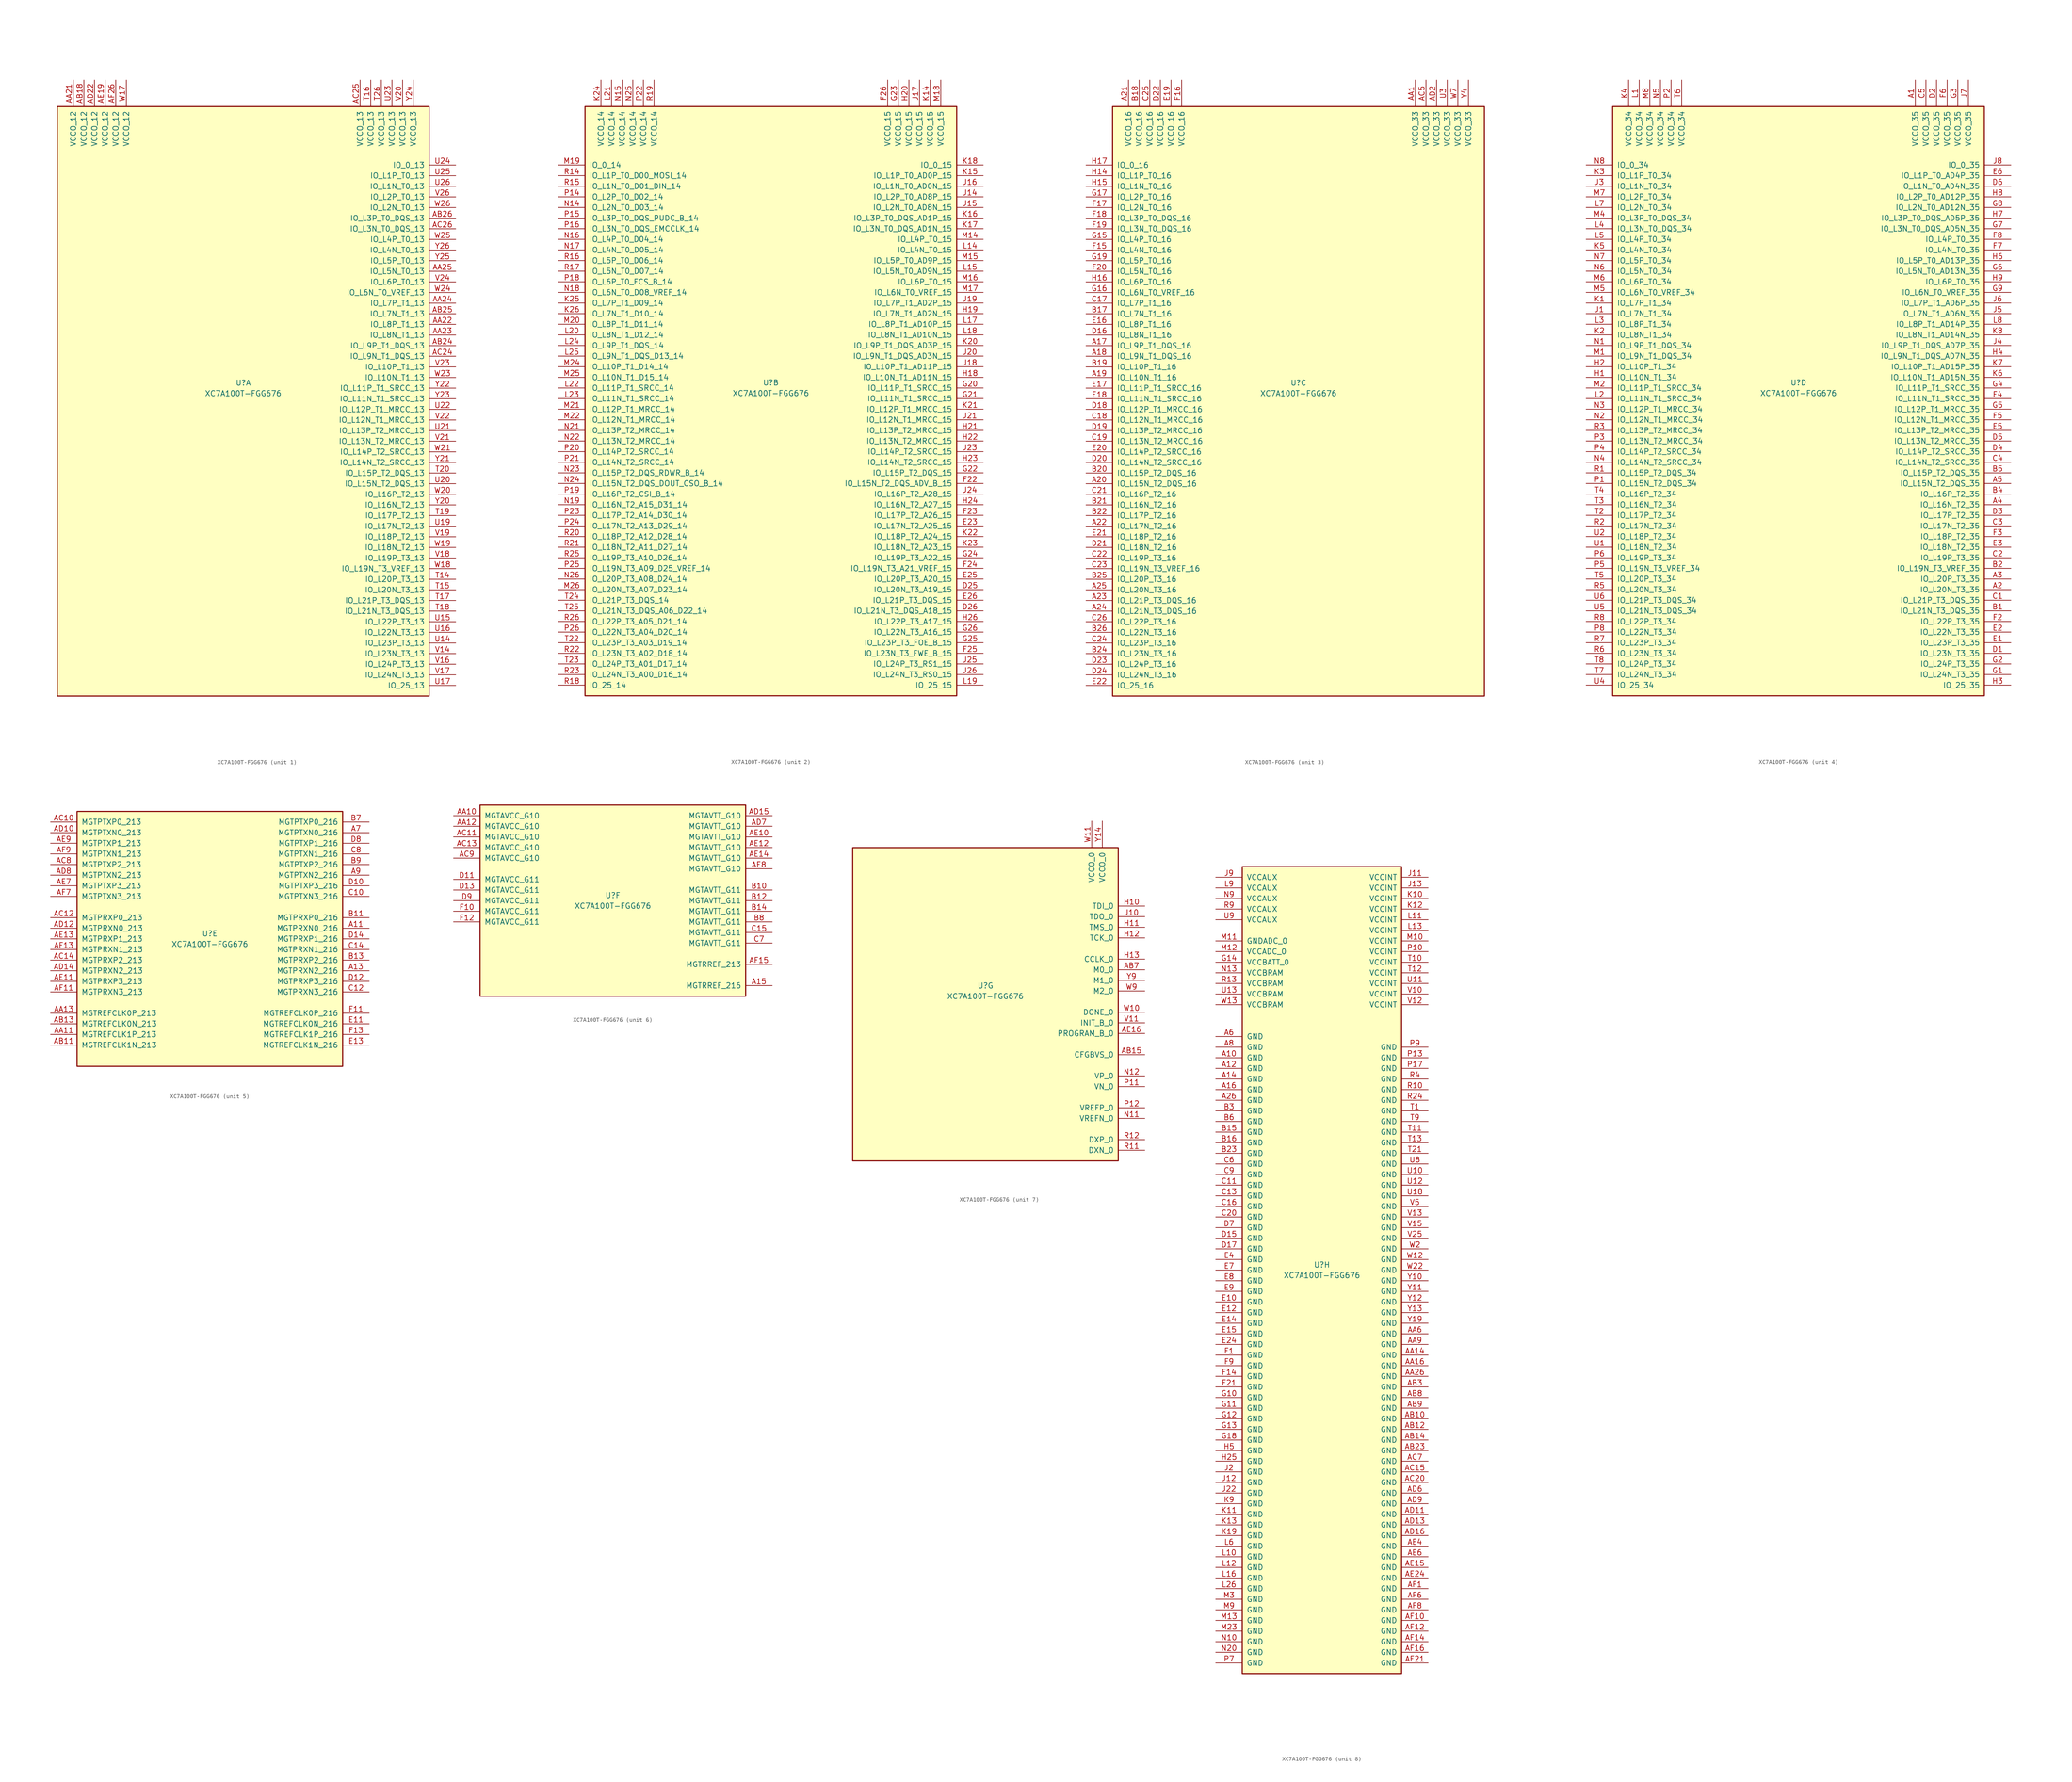
<source format=kicad_sym>
(kicad_symbol_lib
  (version 20201005)
  (generator kicad_symbol_editor)
  (symbol "XC7A100T-FGG676"
    (pin_names
      (offset 1.016))
    (property "Reference" "U"
      (at 0 1.27 0)
      (effects (font (size 1.27 1.27))))
    (property "Value" "XC7A100T-FGG676"
      (at 0 -1.27 0)
      (effects (font (size 1.27 1.27))))
    (property "Datasheet" ""
      (at 0 0 0)
      (effects (font (size 1.27 1.27))))
    (property "ki_locked" ""
      (at 0 0 0)
      (effects (font (size 1.27 1.27))))
    (symbol "XC7A100T-FGG676_1_1"
      (rectangle (start -44.45 67.31) (end 44.45 -73.66) (stroke (width 0.254)) (fill (type background)))
      (pin power_in line (at -40.64 73.66 270) (length 6.35) (name "VCCO_12" (effects (font (size 1.27 1.27)))) (number "AA21" (effects (font (size 1.27 1.27)))))
      (pin bidirectional line (at 50.8 15.24 180) (length 6.35) (name "IO_L8P_T1_13" (effects (font (size 1.27 1.27)))) (number "AA22" (effects (font (size 1.27 1.27)))))
      (pin bidirectional line (at 50.8 12.7 180) (length 6.35) (name "IO_L8N_T1_13" (effects (font (size 1.27 1.27)))) (number "AA23" (effects (font (size 1.27 1.27)))))
      (pin bidirectional line (at 50.8 20.32 180) (length 6.35) (name "IO_L7P_T1_13" (effects (font (size 1.27 1.27)))) (number "AA24" (effects (font (size 1.27 1.27)))))
      (pin bidirectional line (at 50.8 27.94 180) (length 6.35) (name "IO_L5N_T0_13" (effects (font (size 1.27 1.27)))) (number "AA25" (effects (font (size 1.27 1.27)))))
      (pin power_in line (at -38.1 73.66 270) (length 6.35) (name "VCCO_12" (effects (font (size 1.27 1.27)))) (number "AB18" (effects (font (size 1.27 1.27)))))
      (pin bidirectional line (at 50.8 10.16 180) (length 6.35) (name "IO_L9P_T1_DQS_13" (effects (font (size 1.27 1.27)))) (number "AB24" (effects (font (size 1.27 1.27)))))
      (pin bidirectional line (at 50.8 17.78 180) (length 6.35) (name "IO_L7N_T1_13" (effects (font (size 1.27 1.27)))) (number "AB25" (effects (font (size 1.27 1.27)))))
      (pin bidirectional line (at 50.8 40.64 180) (length 6.35) (name "IO_L3P_T0_DQS_13" (effects (font (size 1.27 1.27)))) (number "AB26" (effects (font (size 1.27 1.27)))))
      (pin bidirectional line (at 50.8 7.62 180) (length 6.35) (name "IO_L9N_T1_DQS_13" (effects (font (size 1.27 1.27)))) (number "AC24" (effects (font (size 1.27 1.27)))))
      (pin power_in line (at 27.94 73.66 270) (length 6.35) (name "VCCO_13" (effects (font (size 1.27 1.27)))) (number "AC25" (effects (font (size 1.27 1.27)))))
      (pin bidirectional line (at 50.8 38.1 180) (length 6.35) (name "IO_L3N_T0_DQS_13" (effects (font (size 1.27 1.27)))) (number "AC26" (effects (font (size 1.27 1.27)))))
      (pin power_in line (at -35.56 73.66 270) (length 6.35) (name "VCCO_12" (effects (font (size 1.27 1.27)))) (number "AD22" (effects (font (size 1.27 1.27)))))
      (pin power_in line (at -33.02 73.66 270) (length 6.35) (name "VCCO_12" (effects (font (size 1.27 1.27)))) (number "AE19" (effects (font (size 1.27 1.27)))))
      (pin power_in line (at -30.48 73.66 270) (length 6.35) (name "VCCO_12" (effects (font (size 1.27 1.27)))) (number "AF26" (effects (font (size 1.27 1.27)))))
      (pin bidirectional line (at 50.8 -45.72 180) (length 6.35) (name "IO_L20P_T3_13" (effects (font (size 1.27 1.27)))) (number "T14" (effects (font (size 1.27 1.27)))))
      (pin bidirectional line (at 50.8 -48.26 180) (length 6.35) (name "IO_L20N_T3_13" (effects (font (size 1.27 1.27)))) (number "T15" (effects (font (size 1.27 1.27)))))
      (pin power_in line (at 30.48 73.66 270) (length 6.35) (name "VCCO_13" (effects (font (size 1.27 1.27)))) (number "T16" (effects (font (size 1.27 1.27)))))
      (pin bidirectional line (at 50.8 -50.8 180) (length 6.35) (name "IO_L21P_T3_DQS_13" (effects (font (size 1.27 1.27)))) (number "T17" (effects (font (size 1.27 1.27)))))
      (pin bidirectional line (at 50.8 -53.34 180) (length 6.35) (name "IO_L21N_T3_DQS_13" (effects (font (size 1.27 1.27)))) (number "T18" (effects (font (size 1.27 1.27)))))
      (pin bidirectional line (at 50.8 -30.48 180) (length 6.35) (name "IO_L17P_T2_13" (effects (font (size 1.27 1.27)))) (number "T19" (effects (font (size 1.27 1.27)))))
      (pin bidirectional line (at 50.8 -20.32 180) (length 6.35) (name "IO_L15P_T2_DQS_13" (effects (font (size 1.27 1.27)))) (number "T20" (effects (font (size 1.27 1.27)))))
      (pin power_in line (at 33.02 73.66 270) (length 6.35) (name "VCCO_13" (effects (font (size 1.27 1.27)))) (number "T26" (effects (font (size 1.27 1.27)))))
      (pin bidirectional line (at 50.8 -60.96 180) (length 6.35) (name "IO_L23P_T3_13" (effects (font (size 1.27 1.27)))) (number "U14" (effects (font (size 1.27 1.27)))))
      (pin bidirectional line (at 50.8 -55.88 180) (length 6.35) (name "IO_L22P_T3_13" (effects (font (size 1.27 1.27)))) (number "U15" (effects (font (size 1.27 1.27)))))
      (pin bidirectional line (at 50.8 -58.42 180) (length 6.35) (name "IO_L22N_T3_13" (effects (font (size 1.27 1.27)))) (number "U16" (effects (font (size 1.27 1.27)))))
      (pin bidirectional line (at 50.8 -71.12 180) (length 6.35) (name "IO_25_13" (effects (font (size 1.27 1.27)))) (number "U17" (effects (font (size 1.27 1.27)))))
      (pin bidirectional line (at 50.8 -33.02 180) (length 6.35) (name "IO_L17N_T2_13" (effects (font (size 1.27 1.27)))) (number "U19" (effects (font (size 1.27 1.27)))))
      (pin bidirectional line (at 50.8 -22.86 180) (length 6.35) (name "IO_L15N_T2_DQS_13" (effects (font (size 1.27 1.27)))) (number "U20" (effects (font (size 1.27 1.27)))))
      (pin bidirectional line (at 50.8 -10.16 180) (length 6.35) (name "IO_L13P_T2_MRCC_13" (effects (font (size 1.27 1.27)))) (number "U21" (effects (font (size 1.27 1.27)))))
      (pin bidirectional line (at 50.8 -5.08 180) (length 6.35) (name "IO_L12P_T1_MRCC_13" (effects (font (size 1.27 1.27)))) (number "U22" (effects (font (size 1.27 1.27)))))
      (pin power_in line (at 35.56 73.66 270) (length 6.35) (name "VCCO_13" (effects (font (size 1.27 1.27)))) (number "U23" (effects (font (size 1.27 1.27)))))
      (pin bidirectional line (at 50.8 53.34 180) (length 6.35) (name "IO_0_13" (effects (font (size 1.27 1.27)))) (number "U24" (effects (font (size 1.27 1.27)))))
      (pin bidirectional line (at 50.8 50.8 180) (length 6.35) (name "IO_L1P_T0_13" (effects (font (size 1.27 1.27)))) (number "U25" (effects (font (size 1.27 1.27)))))
      (pin bidirectional line (at 50.8 48.26 180) (length 6.35) (name "IO_L1N_T0_13" (effects (font (size 1.27 1.27)))) (number "U26" (effects (font (size 1.27 1.27)))))
      (pin bidirectional line (at 50.8 -63.5 180) (length 6.35) (name "IO_L23N_T3_13" (effects (font (size 1.27 1.27)))) (number "V14" (effects (font (size 1.27 1.27)))))
      (pin bidirectional line (at 50.8 -66.04 180) (length 6.35) (name "IO_L24P_T3_13" (effects (font (size 1.27 1.27)))) (number "V16" (effects (font (size 1.27 1.27)))))
      (pin bidirectional line (at 50.8 -68.58 180) (length 6.35) (name "IO_L24N_T3_13" (effects (font (size 1.27 1.27)))) (number "V17" (effects (font (size 1.27 1.27)))))
      (pin bidirectional line (at 50.8 -40.64 180) (length 6.35) (name "IO_L19P_T3_13" (effects (font (size 1.27 1.27)))) (number "V18" (effects (font (size 1.27 1.27)))))
      (pin bidirectional line (at 50.8 -35.56 180) (length 6.35) (name "IO_L18P_T2_13" (effects (font (size 1.27 1.27)))) (number "V19" (effects (font (size 1.27 1.27)))))
      (pin power_in line (at 38.1 73.66 270) (length 6.35) (name "VCCO_13" (effects (font (size 1.27 1.27)))) (number "V20" (effects (font (size 1.27 1.27)))))
      (pin bidirectional line (at 50.8 -12.7 180) (length 6.35) (name "IO_L13N_T2_MRCC_13" (effects (font (size 1.27 1.27)))) (number "V21" (effects (font (size 1.27 1.27)))))
      (pin bidirectional line (at 50.8 -7.62 180) (length 6.35) (name "IO_L12N_T1_MRCC_13" (effects (font (size 1.27 1.27)))) (number "V22" (effects (font (size 1.27 1.27)))))
      (pin bidirectional line (at 50.8 5.08 180) (length 6.35) (name "IO_L10P_T1_13" (effects (font (size 1.27 1.27)))) (number "V23" (effects (font (size 1.27 1.27)))))
      (pin bidirectional line (at 50.8 25.4 180) (length 6.35) (name "IO_L6P_T0_13" (effects (font (size 1.27 1.27)))) (number "V24" (effects (font (size 1.27 1.27)))))
      (pin bidirectional line (at 50.8 45.72 180) (length 6.35) (name "IO_L2P_T0_13" (effects (font (size 1.27 1.27)))) (number "V26" (effects (font (size 1.27 1.27)))))
      (pin power_in line (at -27.94 73.66 270) (length 6.35) (name "VCCO_12" (effects (font (size 1.27 1.27)))) (number "W17" (effects (font (size 1.27 1.27)))))
      (pin bidirectional line (at 50.8 -43.18 180) (length 6.35) (name "IO_L19N_T3_VREF_13" (effects (font (size 1.27 1.27)))) (number "W18" (effects (font (size 1.27 1.27)))))
      (pin bidirectional line (at 50.8 -38.1 180) (length 6.35) (name "IO_L18N_T2_13" (effects (font (size 1.27 1.27)))) (number "W19" (effects (font (size 1.27 1.27)))))
      (pin bidirectional line (at 50.8 -25.4 180) (length 6.35) (name "IO_L16P_T2_13" (effects (font (size 1.27 1.27)))) (number "W20" (effects (font (size 1.27 1.27)))))
      (pin bidirectional line (at 50.8 -15.24 180) (length 6.35) (name "IO_L14P_T2_SRCC_13" (effects (font (size 1.27 1.27)))) (number "W21" (effects (font (size 1.27 1.27)))))
      (pin bidirectional line (at 50.8 2.54 180) (length 6.35) (name "IO_L10N_T1_13" (effects (font (size 1.27 1.27)))) (number "W23" (effects (font (size 1.27 1.27)))))
      (pin bidirectional line (at 50.8 22.86 180) (length 6.35) (name "IO_L6N_T0_VREF_13" (effects (font (size 1.27 1.27)))) (number "W24" (effects (font (size 1.27 1.27)))))
      (pin bidirectional line (at 50.8 35.56 180) (length 6.35) (name "IO_L4P_T0_13" (effects (font (size 1.27 1.27)))) (number "W25" (effects (font (size 1.27 1.27)))))
      (pin bidirectional line (at 50.8 43.18 180) (length 6.35) (name "IO_L2N_T0_13" (effects (font (size 1.27 1.27)))) (number "W26" (effects (font (size 1.27 1.27)))))
      (pin bidirectional line (at 50.8 -27.94 180) (length 6.35) (name "IO_L16N_T2_13" (effects (font (size 1.27 1.27)))) (number "Y20" (effects (font (size 1.27 1.27)))))
      (pin bidirectional line (at 50.8 -17.78 180) (length 6.35) (name "IO_L14N_T2_SRCC_13" (effects (font (size 1.27 1.27)))) (number "Y21" (effects (font (size 1.27 1.27)))))
      (pin bidirectional line (at 50.8 0 180) (length 6.35) (name "IO_L11P_T1_SRCC_13" (effects (font (size 1.27 1.27)))) (number "Y22" (effects (font (size 1.27 1.27)))))
      (pin bidirectional line (at 50.8 -2.54 180) (length 6.35) (name "IO_L11N_T1_SRCC_13" (effects (font (size 1.27 1.27)))) (number "Y23" (effects (font (size 1.27 1.27)))))
      (pin power_in line (at 40.64 73.66 270) (length 6.35) (name "VCCO_13" (effects (font (size 1.27 1.27)))) (number "Y24" (effects (font (size 1.27 1.27)))))
      (pin bidirectional line (at 50.8 30.48 180) (length 6.35) (name "IO_L5P_T0_13" (effects (font (size 1.27 1.27)))) (number "Y25" (effects (font (size 1.27 1.27)))))
      (pin bidirectional line (at 50.8 33.02 180) (length 6.35) (name "IO_L4N_T0_13" (effects (font (size 1.27 1.27)))) (number "Y26" (effects (font (size 1.27 1.27))))))
    (symbol "XC7A100T-FGG676_2_1"
      (rectangle (start -44.45 67.31) (end 44.45 -73.66) (stroke (width 0.254)) (fill (type background)))
      (pin bidirectional line (at 50.8 -48.26 180) (length 6.35) (name "IO_L20N_T3_A19_15" (effects (font (size 1.27 1.27)))) (number "D25" (effects (font (size 1.27 1.27)))))
      (pin bidirectional line (at 50.8 -53.34 180) (length 6.35) (name "IO_L21N_T3_DQS_A18_15" (effects (font (size 1.27 1.27)))) (number "D26" (effects (font (size 1.27 1.27)))))
      (pin bidirectional line (at 50.8 -33.02 180) (length 6.35) (name "IO_L17N_T2_A25_15" (effects (font (size 1.27 1.27)))) (number "E23" (effects (font (size 1.27 1.27)))))
      (pin bidirectional line (at 50.8 -45.72 180) (length 6.35) (name "IO_L20P_T3_A20_15" (effects (font (size 1.27 1.27)))) (number "E25" (effects (font (size 1.27 1.27)))))
      (pin bidirectional line (at 50.8 -50.8 180) (length 6.35) (name "IO_L21P_T3_DQS_15" (effects (font (size 1.27 1.27)))) (number "E26" (effects (font (size 1.27 1.27)))))
      (pin bidirectional line (at 50.8 -22.86 180) (length 6.35) (name "IO_L15N_T2_DQS_ADV_B_15" (effects (font (size 1.27 1.27)))) (number "F22" (effects (font (size 1.27 1.27)))))
      (pin bidirectional line (at 50.8 -30.48 180) (length 6.35) (name "IO_L17P_T2_A26_15" (effects (font (size 1.27 1.27)))) (number "F23" (effects (font (size 1.27 1.27)))))
      (pin bidirectional line (at 50.8 -43.18 180) (length 6.35) (name "IO_L19N_T3_A21_VREF_15" (effects (font (size 1.27 1.27)))) (number "F24" (effects (font (size 1.27 1.27)))))
      (pin bidirectional line (at 50.8 -63.5 180) (length 6.35) (name "IO_L23N_T3_FWE_B_15" (effects (font (size 1.27 1.27)))) (number "F25" (effects (font (size 1.27 1.27)))))
      (pin power_in line (at 27.94 73.66 270) (length 6.35) (name "VCCO_15" (effects (font (size 1.27 1.27)))) (number "F26" (effects (font (size 1.27 1.27)))))
      (pin bidirectional line (at 50.8 0 180) (length 6.35) (name "IO_L11P_T1_SRCC_15" (effects (font (size 1.27 1.27)))) (number "G20" (effects (font (size 1.27 1.27)))))
      (pin bidirectional line (at 50.8 -2.54 180) (length 6.35) (name "IO_L11N_T1_SRCC_15" (effects (font (size 1.27 1.27)))) (number "G21" (effects (font (size 1.27 1.27)))))
      (pin bidirectional line (at 50.8 -20.32 180) (length 6.35) (name "IO_L15P_T2_DQS_15" (effects (font (size 1.27 1.27)))) (number "G22" (effects (font (size 1.27 1.27)))))
      (pin power_in line (at 30.48 73.66 270) (length 6.35) (name "VCCO_15" (effects (font (size 1.27 1.27)))) (number "G23" (effects (font (size 1.27 1.27)))))
      (pin bidirectional line (at 50.8 -40.64 180) (length 6.35) (name "IO_L19P_T3_A22_15" (effects (font (size 1.27 1.27)))) (number "G24" (effects (font (size 1.27 1.27)))))
      (pin bidirectional line (at 50.8 -60.96 180) (length 6.35) (name "IO_L23P_T3_FOE_B_15" (effects (font (size 1.27 1.27)))) (number "G25" (effects (font (size 1.27 1.27)))))
      (pin bidirectional line (at 50.8 -58.42 180) (length 6.35) (name "IO_L22N_T3_A16_15" (effects (font (size 1.27 1.27)))) (number "G26" (effects (font (size 1.27 1.27)))))
      (pin bidirectional line (at 50.8 2.54 180) (length 6.35) (name "IO_L10N_T1_AD11N_15" (effects (font (size 1.27 1.27)))) (number "H18" (effects (font (size 1.27 1.27)))))
      (pin bidirectional line (at 50.8 17.78 180) (length 6.35) (name "IO_L7N_T1_AD2N_15" (effects (font (size 1.27 1.27)))) (number "H19" (effects (font (size 1.27 1.27)))))
      (pin power_in line (at 33.02 73.66 270) (length 6.35) (name "VCCO_15" (effects (font (size 1.27 1.27)))) (number "H20" (effects (font (size 1.27 1.27)))))
      (pin bidirectional line (at 50.8 -10.16 180) (length 6.35) (name "IO_L13P_T2_MRCC_15" (effects (font (size 1.27 1.27)))) (number "H21" (effects (font (size 1.27 1.27)))))
      (pin bidirectional line (at 50.8 -12.7 180) (length 6.35) (name "IO_L13N_T2_MRCC_15" (effects (font (size 1.27 1.27)))) (number "H22" (effects (font (size 1.27 1.27)))))
      (pin bidirectional line (at 50.8 -17.78 180) (length 6.35) (name "IO_L14N_T2_SRCC_15" (effects (font (size 1.27 1.27)))) (number "H23" (effects (font (size 1.27 1.27)))))
      (pin bidirectional line (at 50.8 -27.94 180) (length 6.35) (name "IO_L16N_T2_A27_15" (effects (font (size 1.27 1.27)))) (number "H24" (effects (font (size 1.27 1.27)))))
      (pin bidirectional line (at 50.8 -55.88 180) (length 6.35) (name "IO_L22P_T3_A17_15" (effects (font (size 1.27 1.27)))) (number "H26" (effects (font (size 1.27 1.27)))))
      (pin bidirectional line (at 50.8 45.72 180) (length 6.35) (name "IO_L2P_T0_AD8P_15" (effects (font (size 1.27 1.27)))) (number "J14" (effects (font (size 1.27 1.27)))))
      (pin bidirectional line (at 50.8 43.18 180) (length 6.35) (name "IO_L2N_T0_AD8N_15" (effects (font (size 1.27 1.27)))) (number "J15" (effects (font (size 1.27 1.27)))))
      (pin bidirectional line (at 50.8 48.26 180) (length 6.35) (name "IO_L1N_T0_AD0N_15" (effects (font (size 1.27 1.27)))) (number "J16" (effects (font (size 1.27 1.27)))))
      (pin power_in line (at 35.56 73.66 270) (length 6.35) (name "VCCO_15" (effects (font (size 1.27 1.27)))) (number "J17" (effects (font (size 1.27 1.27)))))
      (pin bidirectional line (at 50.8 5.08 180) (length 6.35) (name "IO_L10P_T1_AD11P_15" (effects (font (size 1.27 1.27)))) (number "J18" (effects (font (size 1.27 1.27)))))
      (pin bidirectional line (at 50.8 20.32 180) (length 6.35) (name "IO_L7P_T1_AD2P_15" (effects (font (size 1.27 1.27)))) (number "J19" (effects (font (size 1.27 1.27)))))
      (pin bidirectional line (at 50.8 7.62 180) (length 6.35) (name "IO_L9N_T1_DQS_AD3N_15" (effects (font (size 1.27 1.27)))) (number "J20" (effects (font (size 1.27 1.27)))))
      (pin bidirectional line (at 50.8 -7.62 180) (length 6.35) (name "IO_L12N_T1_MRCC_15" (effects (font (size 1.27 1.27)))) (number "J21" (effects (font (size 1.27 1.27)))))
      (pin bidirectional line (at 50.8 -15.24 180) (length 6.35) (name "IO_L14P_T2_SRCC_15" (effects (font (size 1.27 1.27)))) (number "J23" (effects (font (size 1.27 1.27)))))
      (pin bidirectional line (at 50.8 -25.4 180) (length 6.35) (name "IO_L16P_T2_A28_15" (effects (font (size 1.27 1.27)))) (number "J24" (effects (font (size 1.27 1.27)))))
      (pin bidirectional line (at 50.8 -66.04 180) (length 6.35) (name "IO_L24P_T3_RS1_15" (effects (font (size 1.27 1.27)))) (number "J25" (effects (font (size 1.27 1.27)))))
      (pin bidirectional line (at 50.8 -68.58 180) (length 6.35) (name "IO_L24N_T3_RS0_15" (effects (font (size 1.27 1.27)))) (number "J26" (effects (font (size 1.27 1.27)))))
      (pin power_in line (at 38.1 73.66 270) (length 6.35) (name "VCCO_15" (effects (font (size 1.27 1.27)))) (number "K14" (effects (font (size 1.27 1.27)))))
      (pin bidirectional line (at 50.8 50.8 180) (length 6.35) (name "IO_L1P_T0_AD0P_15" (effects (font (size 1.27 1.27)))) (number "K15" (effects (font (size 1.27 1.27)))))
      (pin bidirectional line (at 50.8 40.64 180) (length 6.35) (name "IO_L3P_T0_DQS_AD1P_15" (effects (font (size 1.27 1.27)))) (number "K16" (effects (font (size 1.27 1.27)))))
      (pin bidirectional line (at 50.8 38.1 180) (length 6.35) (name "IO_L3N_T0_DQS_AD1N_15" (effects (font (size 1.27 1.27)))) (number "K17" (effects (font (size 1.27 1.27)))))
      (pin bidirectional line (at 50.8 53.34 180) (length 6.35) (name "IO_0_15" (effects (font (size 1.27 1.27)))) (number "K18" (effects (font (size 1.27 1.27)))))
      (pin bidirectional line (at 50.8 10.16 180) (length 6.35) (name "IO_L9P_T1_DQS_AD3P_15" (effects (font (size 1.27 1.27)))) (number "K20" (effects (font (size 1.27 1.27)))))
      (pin bidirectional line (at 50.8 -5.08 180) (length 6.35) (name "IO_L12P_T1_MRCC_15" (effects (font (size 1.27 1.27)))) (number "K21" (effects (font (size 1.27 1.27)))))
      (pin bidirectional line (at 50.8 -35.56 180) (length 6.35) (name "IO_L18P_T2_A24_15" (effects (font (size 1.27 1.27)))) (number "K22" (effects (font (size 1.27 1.27)))))
      (pin bidirectional line (at 50.8 -38.1 180) (length 6.35) (name "IO_L18N_T2_A23_15" (effects (font (size 1.27 1.27)))) (number "K23" (effects (font (size 1.27 1.27)))))
      (pin power_in line (at -40.64 73.66 270) (length 6.35) (name "VCCO_14" (effects (font (size 1.27 1.27)))) (number "K24" (effects (font (size 1.27 1.27)))))
      (pin bidirectional line (at -50.8 20.32 0) (length 6.35) (name "IO_L7P_T1_D09_14" (effects (font (size 1.27 1.27)))) (number "K25" (effects (font (size 1.27 1.27)))))
      (pin bidirectional line (at -50.8 17.78 0) (length 6.35) (name "IO_L7N_T1_D10_14" (effects (font (size 1.27 1.27)))) (number "K26" (effects (font (size 1.27 1.27)))))
      (pin bidirectional line (at 50.8 33.02 180) (length 6.35) (name "IO_L4N_T0_15" (effects (font (size 1.27 1.27)))) (number "L14" (effects (font (size 1.27 1.27)))))
      (pin bidirectional line (at 50.8 27.94 180) (length 6.35) (name "IO_L5N_T0_AD9N_15" (effects (font (size 1.27 1.27)))) (number "L15" (effects (font (size 1.27 1.27)))))
      (pin bidirectional line (at 50.8 15.24 180) (length 6.35) (name "IO_L8P_T1_AD10P_15" (effects (font (size 1.27 1.27)))) (number "L17" (effects (font (size 1.27 1.27)))))
      (pin bidirectional line (at 50.8 12.7 180) (length 6.35) (name "IO_L8N_T1_AD10N_15" (effects (font (size 1.27 1.27)))) (number "L18" (effects (font (size 1.27 1.27)))))
      (pin bidirectional line (at 50.8 -71.12 180) (length 6.35) (name "IO_25_15" (effects (font (size 1.27 1.27)))) (number "L19" (effects (font (size 1.27 1.27)))))
      (pin bidirectional line (at -50.8 12.7 0) (length 6.35) (name "IO_L8N_T1_D12_14" (effects (font (size 1.27 1.27)))) (number "L20" (effects (font (size 1.27 1.27)))))
      (pin power_in line (at -38.1 73.66 270) (length 6.35) (name "VCCO_14" (effects (font (size 1.27 1.27)))) (number "L21" (effects (font (size 1.27 1.27)))))
      (pin bidirectional line (at -50.8 0 0) (length 6.35) (name "IO_L11P_T1_SRCC_14" (effects (font (size 1.27 1.27)))) (number "L22" (effects (font (size 1.27 1.27)))))
      (pin bidirectional line (at -50.8 -2.54 0) (length 6.35) (name "IO_L11N_T1_SRCC_14" (effects (font (size 1.27 1.27)))) (number "L23" (effects (font (size 1.27 1.27)))))
      (pin bidirectional line (at -50.8 10.16 0) (length 6.35) (name "IO_L9P_T1_DQS_14" (effects (font (size 1.27 1.27)))) (number "L24" (effects (font (size 1.27 1.27)))))
      (pin bidirectional line (at -50.8 7.62 0) (length 6.35) (name "IO_L9N_T1_DQS_D13_14" (effects (font (size 1.27 1.27)))) (number "L25" (effects (font (size 1.27 1.27)))))
      (pin bidirectional line (at 50.8 35.56 180) (length 6.35) (name "IO_L4P_T0_15" (effects (font (size 1.27 1.27)))) (number "M14" (effects (font (size 1.27 1.27)))))
      (pin bidirectional line (at 50.8 30.48 180) (length 6.35) (name "IO_L5P_T0_AD9P_15" (effects (font (size 1.27 1.27)))) (number "M15" (effects (font (size 1.27 1.27)))))
      (pin bidirectional line (at 50.8 25.4 180) (length 6.35) (name "IO_L6P_T0_15" (effects (font (size 1.27 1.27)))) (number "M16" (effects (font (size 1.27 1.27)))))
      (pin bidirectional line (at 50.8 22.86 180) (length 6.35) (name "IO_L6N_T0_VREF_15" (effects (font (size 1.27 1.27)))) (number "M17" (effects (font (size 1.27 1.27)))))
      (pin power_in line (at 40.64 73.66 270) (length 6.35) (name "VCCO_15" (effects (font (size 1.27 1.27)))) (number "M18" (effects (font (size 1.27 1.27)))))
      (pin bidirectional line (at -50.8 53.34 0) (length 6.35) (name "IO_0_14" (effects (font (size 1.27 1.27)))) (number "M19" (effects (font (size 1.27 1.27)))))
      (pin bidirectional line (at -50.8 15.24 0) (length 6.35) (name "IO_L8P_T1_D11_14" (effects (font (size 1.27 1.27)))) (number "M20" (effects (font (size 1.27 1.27)))))
      (pin bidirectional line (at -50.8 -5.08 0) (length 6.35) (name "IO_L12P_T1_MRCC_14" (effects (font (size 1.27 1.27)))) (number "M21" (effects (font (size 1.27 1.27)))))
      (pin bidirectional line (at -50.8 -7.62 0) (length 6.35) (name "IO_L12N_T1_MRCC_14" (effects (font (size 1.27 1.27)))) (number "M22" (effects (font (size 1.27 1.27)))))
      (pin bidirectional line (at -50.8 5.08 0) (length 6.35) (name "IO_L10P_T1_D14_14" (effects (font (size 1.27 1.27)))) (number "M24" (effects (font (size 1.27 1.27)))))
      (pin bidirectional line (at -50.8 2.54 0) (length 6.35) (name "IO_L10N_T1_D15_14" (effects (font (size 1.27 1.27)))) (number "M25" (effects (font (size 1.27 1.27)))))
      (pin bidirectional line (at -50.8 -48.26 0) (length 6.35) (name "IO_L20N_T3_A07_D23_14" (effects (font (size 1.27 1.27)))) (number "M26" (effects (font (size 1.27 1.27)))))
      (pin bidirectional line (at -50.8 43.18 0) (length 6.35) (name "IO_L2N_T0_D03_14" (effects (font (size 1.27 1.27)))) (number "N14" (effects (font (size 1.27 1.27)))))
      (pin power_in line (at -35.56 73.66 270) (length 6.35) (name "VCCO_14" (effects (font (size 1.27 1.27)))) (number "N15" (effects (font (size 1.27 1.27)))))
      (pin bidirectional line (at -50.8 35.56 0) (length 6.35) (name "IO_L4P_T0_D04_14" (effects (font (size 1.27 1.27)))) (number "N16" (effects (font (size 1.27 1.27)))))
      (pin bidirectional line (at -50.8 33.02 0) (length 6.35) (name "IO_L4N_T0_D05_14" (effects (font (size 1.27 1.27)))) (number "N17" (effects (font (size 1.27 1.27)))))
      (pin bidirectional line (at -50.8 22.86 0) (length 6.35) (name "IO_L6N_T0_D08_VREF_14" (effects (font (size 1.27 1.27)))) (number "N18" (effects (font (size 1.27 1.27)))))
      (pin bidirectional line (at -50.8 -27.94 0) (length 6.35) (name "IO_L16N_T2_A15_D31_14" (effects (font (size 1.27 1.27)))) (number "N19" (effects (font (size 1.27 1.27)))))
      (pin bidirectional line (at -50.8 -10.16 0) (length 6.35) (name "IO_L13P_T2_MRCC_14" (effects (font (size 1.27 1.27)))) (number "N21" (effects (font (size 1.27 1.27)))))
      (pin bidirectional line (at -50.8 -12.7 0) (length 6.35) (name "IO_L13N_T2_MRCC_14" (effects (font (size 1.27 1.27)))) (number "N22" (effects (font (size 1.27 1.27)))))
      (pin bidirectional line (at -50.8 -20.32 0) (length 6.35) (name "IO_L15P_T2_DQS_RDWR_B_14" (effects (font (size 1.27 1.27)))) (number "N23" (effects (font (size 1.27 1.27)))))
      (pin bidirectional line (at -50.8 -22.86 0) (length 6.35) (name "IO_L15N_T2_DQS_DOUT_CSO_B_14" (effects (font (size 1.27 1.27)))) (number "N24" (effects (font (size 1.27 1.27)))))
      (pin power_in line (at -33.02 73.66 270) (length 6.35) (name "VCCO_14" (effects (font (size 1.27 1.27)))) (number "N25" (effects (font (size 1.27 1.27)))))
      (pin bidirectional line (at -50.8 -45.72 0) (length 6.35) (name "IO_L20P_T3_A08_D24_14" (effects (font (size 1.27 1.27)))) (number "N26" (effects (font (size 1.27 1.27)))))
      (pin bidirectional line (at -50.8 45.72 0) (length 6.35) (name "IO_L2P_T0_D02_14" (effects (font (size 1.27 1.27)))) (number "P14" (effects (font (size 1.27 1.27)))))
      (pin bidirectional line (at -50.8 40.64 0) (length 6.35) (name "IO_L3P_T0_DQS_PUDC_B_14" (effects (font (size 1.27 1.27)))) (number "P15" (effects (font (size 1.27 1.27)))))
      (pin bidirectional line (at -50.8 38.1 0) (length 6.35) (name "IO_L3N_T0_DQS_EMCCLK_14" (effects (font (size 1.27 1.27)))) (number "P16" (effects (font (size 1.27 1.27)))))
      (pin bidirectional line (at -50.8 25.4 0) (length 6.35) (name "IO_L6P_T0_FCS_B_14" (effects (font (size 1.27 1.27)))) (number "P18" (effects (font (size 1.27 1.27)))))
      (pin bidirectional line (at -50.8 -25.4 0) (length 6.35) (name "IO_L16P_T2_CSI_B_14" (effects (font (size 1.27 1.27)))) (number "P19" (effects (font (size 1.27 1.27)))))
      (pin bidirectional line (at -50.8 -15.24 0) (length 6.35) (name "IO_L14P_T2_SRCC_14" (effects (font (size 1.27 1.27)))) (number "P20" (effects (font (size 1.27 1.27)))))
      (pin bidirectional line (at -50.8 -17.78 0) (length 6.35) (name "IO_L14N_T2_SRCC_14" (effects (font (size 1.27 1.27)))) (number "P21" (effects (font (size 1.27 1.27)))))
      (pin power_in line (at -30.48 73.66 270) (length 6.35) (name "VCCO_14" (effects (font (size 1.27 1.27)))) (number "P22" (effects (font (size 1.27 1.27)))))
      (pin bidirectional line (at -50.8 -30.48 0) (length 6.35) (name "IO_L17P_T2_A14_D30_14" (effects (font (size 1.27 1.27)))) (number "P23" (effects (font (size 1.27 1.27)))))
      (pin bidirectional line (at -50.8 -33.02 0) (length 6.35) (name "IO_L17N_T2_A13_D29_14" (effects (font (size 1.27 1.27)))) (number "P24" (effects (font (size 1.27 1.27)))))
      (pin bidirectional line (at -50.8 -43.18 0) (length 6.35) (name "IO_L19N_T3_A09_D25_VREF_14" (effects (font (size 1.27 1.27)))) (number "P25" (effects (font (size 1.27 1.27)))))
      (pin bidirectional line (at -50.8 -58.42 0) (length 6.35) (name "IO_L22N_T3_A04_D20_14" (effects (font (size 1.27 1.27)))) (number "P26" (effects (font (size 1.27 1.27)))))
      (pin bidirectional line (at -50.8 50.8 0) (length 6.35) (name "IO_L1P_T0_D00_MOSI_14" (effects (font (size 1.27 1.27)))) (number "R14" (effects (font (size 1.27 1.27)))))
      (pin bidirectional line (at -50.8 48.26 0) (length 6.35) (name "IO_L1N_T0_D01_DIN_14" (effects (font (size 1.27 1.27)))) (number "R15" (effects (font (size 1.27 1.27)))))
      (pin bidirectional line (at -50.8 30.48 0) (length 6.35) (name "IO_L5P_T0_D06_14" (effects (font (size 1.27 1.27)))) (number "R16" (effects (font (size 1.27 1.27)))))
      (pin bidirectional line (at -50.8 27.94 0) (length 6.35) (name "IO_L5N_T0_D07_14" (effects (font (size 1.27 1.27)))) (number "R17" (effects (font (size 1.27 1.27)))))
      (pin bidirectional line (at -50.8 -71.12 0) (length 6.35) (name "IO_25_14" (effects (font (size 1.27 1.27)))) (number "R18" (effects (font (size 1.27 1.27)))))
      (pin power_in line (at -27.94 73.66 270) (length 6.35) (name "VCCO_14" (effects (font (size 1.27 1.27)))) (number "R19" (effects (font (size 1.27 1.27)))))
      (pin bidirectional line (at -50.8 -35.56 0) (length 6.35) (name "IO_L18P_T2_A12_D28_14" (effects (font (size 1.27 1.27)))) (number "R20" (effects (font (size 1.27 1.27)))))
      (pin bidirectional line (at -50.8 -38.1 0) (length 6.35) (name "IO_L18N_T2_A11_D27_14" (effects (font (size 1.27 1.27)))) (number "R21" (effects (font (size 1.27 1.27)))))
      (pin bidirectional line (at -50.8 -63.5 0) (length 6.35) (name "IO_L23N_T3_A02_D18_14" (effects (font (size 1.27 1.27)))) (number "R22" (effects (font (size 1.27 1.27)))))
      (pin bidirectional line (at -50.8 -68.58 0) (length 6.35) (name "IO_L24N_T3_A00_D16_14" (effects (font (size 1.27 1.27)))) (number "R23" (effects (font (size 1.27 1.27)))))
      (pin bidirectional line (at -50.8 -40.64 0) (length 6.35) (name "IO_L19P_T3_A10_D26_14" (effects (font (size 1.27 1.27)))) (number "R25" (effects (font (size 1.27 1.27)))))
      (pin bidirectional line (at -50.8 -55.88 0) (length 6.35) (name "IO_L22P_T3_A05_D21_14" (effects (font (size 1.27 1.27)))) (number "R26" (effects (font (size 1.27 1.27)))))
      (pin bidirectional line (at -50.8 -60.96 0) (length 6.35) (name "IO_L23P_T3_A03_D19_14" (effects (font (size 1.27 1.27)))) (number "T22" (effects (font (size 1.27 1.27)))))
      (pin bidirectional line (at -50.8 -66.04 0) (length 6.35) (name "IO_L24P_T3_A01_D17_14" (effects (font (size 1.27 1.27)))) (number "T23" (effects (font (size 1.27 1.27)))))
      (pin bidirectional line (at -50.8 -50.8 0) (length 6.35) (name "IO_L21P_T3_DQS_14" (effects (font (size 1.27 1.27)))) (number "T24" (effects (font (size 1.27 1.27)))))
      (pin bidirectional line (at -50.8 -53.34 0) (length 6.35) (name "IO_L21N_T3_DQS_A06_D22_14" (effects (font (size 1.27 1.27)))) (number "T25" (effects (font (size 1.27 1.27))))))
    (symbol "XC7A100T-FGG676_3_1"
      (rectangle (start -44.45 67.31) (end 44.45 -73.66) (stroke (width 0.254)) (fill (type background)))
      (pin bidirectional line (at -50.8 10.16 0) (length 6.35) (name "IO_L9P_T1_DQS_16" (effects (font (size 1.27 1.27)))) (number "A17" (effects (font (size 1.27 1.27)))))
      (pin bidirectional line (at -50.8 7.62 0) (length 6.35) (name "IO_L9N_T1_DQS_16" (effects (font (size 1.27 1.27)))) (number "A18" (effects (font (size 1.27 1.27)))))
      (pin bidirectional line (at -50.8 2.54 0) (length 6.35) (name "IO_L10N_T1_16" (effects (font (size 1.27 1.27)))) (number "A19" (effects (font (size 1.27 1.27)))))
      (pin bidirectional line (at -50.8 -22.86 0) (length 6.35) (name "IO_L15N_T2_DQS_16" (effects (font (size 1.27 1.27)))) (number "A20" (effects (font (size 1.27 1.27)))))
      (pin power_in line (at -40.64 73.66 270) (length 6.35) (name "VCCO_16" (effects (font (size 1.27 1.27)))) (number "A21" (effects (font (size 1.27 1.27)))))
      (pin bidirectional line (at -50.8 -33.02 0) (length 6.35) (name "IO_L17N_T2_16" (effects (font (size 1.27 1.27)))) (number "A22" (effects (font (size 1.27 1.27)))))
      (pin bidirectional line (at -50.8 -50.8 0) (length 6.35) (name "IO_L21P_T3_DQS_16" (effects (font (size 1.27 1.27)))) (number "A23" (effects (font (size 1.27 1.27)))))
      (pin bidirectional line (at -50.8 -53.34 0) (length 6.35) (name "IO_L21N_T3_DQS_16" (effects (font (size 1.27 1.27)))) (number "A24" (effects (font (size 1.27 1.27)))))
      (pin bidirectional line (at -50.8 -48.26 0) (length 6.35) (name "IO_L20N_T3_16" (effects (font (size 1.27 1.27)))) (number "A25" (effects (font (size 1.27 1.27)))))
      (pin power_in line (at 27.94 73.66 270) (length 6.35) (name "VCCO_33" (effects (font (size 1.27 1.27)))) (number "AA1" (effects (font (size 1.27 1.27)))))
      (pin power_in line (at 30.48 73.66 270) (length 6.35) (name "VCCO_33" (effects (font (size 1.27 1.27)))) (number "AC5" (effects (font (size 1.27 1.27)))))
      (pin power_in line (at 33.02 73.66 270) (length 6.35) (name "VCCO_33" (effects (font (size 1.27 1.27)))) (number "AD2" (effects (font (size 1.27 1.27)))))
      (pin bidirectional line (at -50.8 17.78 0) (length 6.35) (name "IO_L7N_T1_16" (effects (font (size 1.27 1.27)))) (number "B17" (effects (font (size 1.27 1.27)))))
      (pin power_in line (at -38.1 73.66 270) (length 6.35) (name "VCCO_16" (effects (font (size 1.27 1.27)))) (number "B18" (effects (font (size 1.27 1.27)))))
      (pin bidirectional line (at -50.8 5.08 0) (length 6.35) (name "IO_L10P_T1_16" (effects (font (size 1.27 1.27)))) (number "B19" (effects (font (size 1.27 1.27)))))
      (pin bidirectional line (at -50.8 -20.32 0) (length 6.35) (name "IO_L15P_T2_DQS_16" (effects (font (size 1.27 1.27)))) (number "B20" (effects (font (size 1.27 1.27)))))
      (pin bidirectional line (at -50.8 -27.94 0) (length 6.35) (name "IO_L16N_T2_16" (effects (font (size 1.27 1.27)))) (number "B21" (effects (font (size 1.27 1.27)))))
      (pin bidirectional line (at -50.8 -30.48 0) (length 6.35) (name "IO_L17P_T2_16" (effects (font (size 1.27 1.27)))) (number "B22" (effects (font (size 1.27 1.27)))))
      (pin bidirectional line (at -50.8 -63.5 0) (length 6.35) (name "IO_L23N_T3_16" (effects (font (size 1.27 1.27)))) (number "B24" (effects (font (size 1.27 1.27)))))
      (pin bidirectional line (at -50.8 -45.72 0) (length 6.35) (name "IO_L20P_T3_16" (effects (font (size 1.27 1.27)))) (number "B25" (effects (font (size 1.27 1.27)))))
      (pin bidirectional line (at -50.8 -58.42 0) (length 6.35) (name "IO_L22N_T3_16" (effects (font (size 1.27 1.27)))) (number "B26" (effects (font (size 1.27 1.27)))))
      (pin bidirectional line (at -50.8 20.32 0) (length 6.35) (name "IO_L7P_T1_16" (effects (font (size 1.27 1.27)))) (number "C17" (effects (font (size 1.27 1.27)))))
      (pin bidirectional line (at -50.8 -7.62 0) (length 6.35) (name "IO_L12N_T1_MRCC_16" (effects (font (size 1.27 1.27)))) (number "C18" (effects (font (size 1.27 1.27)))))
      (pin bidirectional line (at -50.8 -12.7 0) (length 6.35) (name "IO_L13N_T2_MRCC_16" (effects (font (size 1.27 1.27)))) (number "C19" (effects (font (size 1.27 1.27)))))
      (pin bidirectional line (at -50.8 -25.4 0) (length 6.35) (name "IO_L16P_T2_16" (effects (font (size 1.27 1.27)))) (number "C21" (effects (font (size 1.27 1.27)))))
      (pin bidirectional line (at -50.8 -40.64 0) (length 6.35) (name "IO_L19P_T3_16" (effects (font (size 1.27 1.27)))) (number "C22" (effects (font (size 1.27 1.27)))))
      (pin bidirectional line (at -50.8 -43.18 0) (length 6.35) (name "IO_L19N_T3_VREF_16" (effects (font (size 1.27 1.27)))) (number "C23" (effects (font (size 1.27 1.27)))))
      (pin bidirectional line (at -50.8 -60.96 0) (length 6.35) (name "IO_L23P_T3_16" (effects (font (size 1.27 1.27)))) (number "C24" (effects (font (size 1.27 1.27)))))
      (pin power_in line (at -35.56 73.66 270) (length 6.35) (name "VCCO_16" (effects (font (size 1.27 1.27)))) (number "C25" (effects (font (size 1.27 1.27)))))
      (pin bidirectional line (at -50.8 -55.88 0) (length 6.35) (name "IO_L22P_T3_16" (effects (font (size 1.27 1.27)))) (number "C26" (effects (font (size 1.27 1.27)))))
      (pin bidirectional line (at -50.8 12.7 0) (length 6.35) (name "IO_L8N_T1_16" (effects (font (size 1.27 1.27)))) (number "D16" (effects (font (size 1.27 1.27)))))
      (pin bidirectional line (at -50.8 -5.08 0) (length 6.35) (name "IO_L12P_T1_MRCC_16" (effects (font (size 1.27 1.27)))) (number "D18" (effects (font (size 1.27 1.27)))))
      (pin bidirectional line (at -50.8 -10.16 0) (length 6.35) (name "IO_L13P_T2_MRCC_16" (effects (font (size 1.27 1.27)))) (number "D19" (effects (font (size 1.27 1.27)))))
      (pin bidirectional line (at -50.8 -17.78 0) (length 6.35) (name "IO_L14N_T2_SRCC_16" (effects (font (size 1.27 1.27)))) (number "D20" (effects (font (size 1.27 1.27)))))
      (pin bidirectional line (at -50.8 -38.1 0) (length 6.35) (name "IO_L18N_T2_16" (effects (font (size 1.27 1.27)))) (number "D21" (effects (font (size 1.27 1.27)))))
      (pin power_in line (at -33.02 73.66 270) (length 6.35) (name "VCCO_16" (effects (font (size 1.27 1.27)))) (number "D22" (effects (font (size 1.27 1.27)))))
      (pin bidirectional line (at -50.8 -66.04 0) (length 6.35) (name "IO_L24P_T3_16" (effects (font (size 1.27 1.27)))) (number "D23" (effects (font (size 1.27 1.27)))))
      (pin bidirectional line (at -50.8 -68.58 0) (length 6.35) (name "IO_L24N_T3_16" (effects (font (size 1.27 1.27)))) (number "D24" (effects (font (size 1.27 1.27)))))
      (pin bidirectional line (at -50.8 15.24 0) (length 6.35) (name "IO_L8P_T1_16" (effects (font (size 1.27 1.27)))) (number "E16" (effects (font (size 1.27 1.27)))))
      (pin bidirectional line (at -50.8 0 0) (length 6.35) (name "IO_L11P_T1_SRCC_16" (effects (font (size 1.27 1.27)))) (number "E17" (effects (font (size 1.27 1.27)))))
      (pin bidirectional line (at -50.8 -2.54 0) (length 6.35) (name "IO_L11N_T1_SRCC_16" (effects (font (size 1.27 1.27)))) (number "E18" (effects (font (size 1.27 1.27)))))
      (pin power_in line (at -30.48 73.66 270) (length 6.35) (name "VCCO_16" (effects (font (size 1.27 1.27)))) (number "E19" (effects (font (size 1.27 1.27)))))
      (pin bidirectional line (at -50.8 -15.24 0) (length 6.35) (name "IO_L14P_T2_SRCC_16" (effects (font (size 1.27 1.27)))) (number "E20" (effects (font (size 1.27 1.27)))))
      (pin bidirectional line (at -50.8 -35.56 0) (length 6.35) (name "IO_L18P_T2_16" (effects (font (size 1.27 1.27)))) (number "E21" (effects (font (size 1.27 1.27)))))
      (pin bidirectional line (at -50.8 -71.12 0) (length 6.35) (name "IO_25_16" (effects (font (size 1.27 1.27)))) (number "E22" (effects (font (size 1.27 1.27)))))
      (pin bidirectional line (at -50.8 33.02 0) (length 6.35) (name "IO_L4N_T0_16" (effects (font (size 1.27 1.27)))) (number "F15" (effects (font (size 1.27 1.27)))))
      (pin power_in line (at -27.94 73.66 270) (length 6.35) (name "VCCO_16" (effects (font (size 1.27 1.27)))) (number "F16" (effects (font (size 1.27 1.27)))))
      (pin bidirectional line (at -50.8 43.18 0) (length 6.35) (name "IO_L2N_T0_16" (effects (font (size 1.27 1.27)))) (number "F17" (effects (font (size 1.27 1.27)))))
      (pin bidirectional line (at -50.8 40.64 0) (length 6.35) (name "IO_L3P_T0_DQS_16" (effects (font (size 1.27 1.27)))) (number "F18" (effects (font (size 1.27 1.27)))))
      (pin bidirectional line (at -50.8 38.1 0) (length 6.35) (name "IO_L3N_T0_DQS_16" (effects (font (size 1.27 1.27)))) (number "F19" (effects (font (size 1.27 1.27)))))
      (pin bidirectional line (at -50.8 27.94 0) (length 6.35) (name "IO_L5N_T0_16" (effects (font (size 1.27 1.27)))) (number "F20" (effects (font (size 1.27 1.27)))))
      (pin bidirectional line (at -50.8 35.56 0) (length 6.35) (name "IO_L4P_T0_16" (effects (font (size 1.27 1.27)))) (number "G15" (effects (font (size 1.27 1.27)))))
      (pin bidirectional line (at -50.8 22.86 0) (length 6.35) (name "IO_L6N_T0_VREF_16" (effects (font (size 1.27 1.27)))) (number "G16" (effects (font (size 1.27 1.27)))))
      (pin bidirectional line (at -50.8 45.72 0) (length 6.35) (name "IO_L2P_T0_16" (effects (font (size 1.27 1.27)))) (number "G17" (effects (font (size 1.27 1.27)))))
      (pin bidirectional line (at -50.8 30.48 0) (length 6.35) (name "IO_L5P_T0_16" (effects (font (size 1.27 1.27)))) (number "G19" (effects (font (size 1.27 1.27)))))
      (pin bidirectional line (at -50.8 50.8 0) (length 6.35) (name "IO_L1P_T0_16" (effects (font (size 1.27 1.27)))) (number "H14" (effects (font (size 1.27 1.27)))))
      (pin bidirectional line (at -50.8 48.26 0) (length 6.35) (name "IO_L1N_T0_16" (effects (font (size 1.27 1.27)))) (number "H15" (effects (font (size 1.27 1.27)))))
      (pin bidirectional line (at -50.8 25.4 0) (length 6.35) (name "IO_L6P_T0_16" (effects (font (size 1.27 1.27)))) (number "H16" (effects (font (size 1.27 1.27)))))
      (pin bidirectional line (at -50.8 53.34 0) (length 6.35) (name "IO_0_16" (effects (font (size 1.27 1.27)))) (number "H17" (effects (font (size 1.27 1.27)))))
      (pin power_in line (at 35.56 73.66 270) (length 6.35) (name "VCCO_33" (effects (font (size 1.27 1.27)))) (number "U3" (effects (font (size 1.27 1.27)))))
      (pin power_in line (at 38.1 73.66 270) (length 6.35) (name "VCCO_33" (effects (font (size 1.27 1.27)))) (number "W7" (effects (font (size 1.27 1.27)))))
      (pin power_in line (at 40.64 73.66 270) (length 6.35) (name "VCCO_33" (effects (font (size 1.27 1.27)))) (number "Y4" (effects (font (size 1.27 1.27))))))
    (symbol "XC7A100T-FGG676_4_1"
      (rectangle (start -44.45 67.31) (end 44.45 -73.66) (stroke (width 0.254)) (fill (type background)))
      (pin power_in line (at 27.94 73.66 270) (length 6.35) (name "VCCO_35" (effects (font (size 1.27 1.27)))) (number "A1" (effects (font (size 1.27 1.27)))))
      (pin bidirectional line (at 50.8 -48.26 180) (length 6.35) (name "IO_L20N_T3_35" (effects (font (size 1.27 1.27)))) (number "A2" (effects (font (size 1.27 1.27)))))
      (pin bidirectional line (at 50.8 -45.72 180) (length 6.35) (name "IO_L20P_T3_35" (effects (font (size 1.27 1.27)))) (number "A3" (effects (font (size 1.27 1.27)))))
      (pin bidirectional line (at 50.8 -27.94 180) (length 6.35) (name "IO_L16N_T2_35" (effects (font (size 1.27 1.27)))) (number "A4" (effects (font (size 1.27 1.27)))))
      (pin bidirectional line (at 50.8 -22.86 180) (length 6.35) (name "IO_L15N_T2_DQS_35" (effects (font (size 1.27 1.27)))) (number "A5" (effects (font (size 1.27 1.27)))))
      (pin bidirectional line (at 50.8 -53.34 180) (length 6.35) (name "IO_L21N_T3_DQS_35" (effects (font (size 1.27 1.27)))) (number "B1" (effects (font (size 1.27 1.27)))))
      (pin bidirectional line (at 50.8 -43.18 180) (length 6.35) (name "IO_L19N_T3_VREF_35" (effects (font (size 1.27 1.27)))) (number "B2" (effects (font (size 1.27 1.27)))))
      (pin bidirectional line (at 50.8 -25.4 180) (length 6.35) (name "IO_L16P_T2_35" (effects (font (size 1.27 1.27)))) (number "B4" (effects (font (size 1.27 1.27)))))
      (pin bidirectional line (at 50.8 -20.32 180) (length 6.35) (name "IO_L15P_T2_DQS_35" (effects (font (size 1.27 1.27)))) (number "B5" (effects (font (size 1.27 1.27)))))
      (pin bidirectional line (at 50.8 -50.8 180) (length 6.35) (name "IO_L21P_T3_DQS_35" (effects (font (size 1.27 1.27)))) (number "C1" (effects (font (size 1.27 1.27)))))
      (pin bidirectional line (at 50.8 -40.64 180) (length 6.35) (name "IO_L19P_T3_35" (effects (font (size 1.27 1.27)))) (number "C2" (effects (font (size 1.27 1.27)))))
      (pin bidirectional line (at 50.8 -33.02 180) (length 6.35) (name "IO_L17N_T2_35" (effects (font (size 1.27 1.27)))) (number "C3" (effects (font (size 1.27 1.27)))))
      (pin bidirectional line (at 50.8 -17.78 180) (length 6.35) (name "IO_L14N_T2_SRCC_35" (effects (font (size 1.27 1.27)))) (number "C4" (effects (font (size 1.27 1.27)))))
      (pin power_in line (at 30.48 73.66 270) (length 6.35) (name "VCCO_35" (effects (font (size 1.27 1.27)))) (number "C5" (effects (font (size 1.27 1.27)))))
      (pin bidirectional line (at 50.8 -63.5 180) (length 6.35) (name "IO_L23N_T3_35" (effects (font (size 1.27 1.27)))) (number "D1" (effects (font (size 1.27 1.27)))))
      (pin power_in line (at 33.02 73.66 270) (length 6.35) (name "VCCO_35" (effects (font (size 1.27 1.27)))) (number "D2" (effects (font (size 1.27 1.27)))))
      (pin bidirectional line (at 50.8 -30.48 180) (length 6.35) (name "IO_L17P_T2_35" (effects (font (size 1.27 1.27)))) (number "D3" (effects (font (size 1.27 1.27)))))
      (pin bidirectional line (at 50.8 -15.24 180) (length 6.35) (name "IO_L14P_T2_SRCC_35" (effects (font (size 1.27 1.27)))) (number "D4" (effects (font (size 1.27 1.27)))))
      (pin bidirectional line (at 50.8 -12.7 180) (length 6.35) (name "IO_L13N_T2_MRCC_35" (effects (font (size 1.27 1.27)))) (number "D5" (effects (font (size 1.27 1.27)))))
      (pin bidirectional line (at 50.8 48.26 180) (length 6.35) (name "IO_L1N_T0_AD4N_35" (effects (font (size 1.27 1.27)))) (number "D6" (effects (font (size 1.27 1.27)))))
      (pin bidirectional line (at 50.8 -60.96 180) (length 6.35) (name "IO_L23P_T3_35" (effects (font (size 1.27 1.27)))) (number "E1" (effects (font (size 1.27 1.27)))))
      (pin bidirectional line (at 50.8 -58.42 180) (length 6.35) (name "IO_L22N_T3_35" (effects (font (size 1.27 1.27)))) (number "E2" (effects (font (size 1.27 1.27)))))
      (pin bidirectional line (at 50.8 -38.1 180) (length 6.35) (name "IO_L18N_T2_35" (effects (font (size 1.27 1.27)))) (number "E3" (effects (font (size 1.27 1.27)))))
      (pin bidirectional line (at 50.8 -10.16 180) (length 6.35) (name "IO_L13P_T2_MRCC_35" (effects (font (size 1.27 1.27)))) (number "E5" (effects (font (size 1.27 1.27)))))
      (pin bidirectional line (at 50.8 50.8 180) (length 6.35) (name "IO_L1P_T0_AD4P_35" (effects (font (size 1.27 1.27)))) (number "E6" (effects (font (size 1.27 1.27)))))
      (pin bidirectional line (at 50.8 -55.88 180) (length 6.35) (name "IO_L22P_T3_35" (effects (font (size 1.27 1.27)))) (number "F2" (effects (font (size 1.27 1.27)))))
      (pin bidirectional line (at 50.8 -35.56 180) (length 6.35) (name "IO_L18P_T2_35" (effects (font (size 1.27 1.27)))) (number "F3" (effects (font (size 1.27 1.27)))))
      (pin bidirectional line (at 50.8 -2.54 180) (length 6.35) (name "IO_L11N_T1_SRCC_35" (effects (font (size 1.27 1.27)))) (number "F4" (effects (font (size 1.27 1.27)))))
      (pin bidirectional line (at 50.8 -7.62 180) (length 6.35) (name "IO_L12N_T1_MRCC_35" (effects (font (size 1.27 1.27)))) (number "F5" (effects (font (size 1.27 1.27)))))
      (pin power_in line (at 35.56 73.66 270) (length 6.35) (name "VCCO_35" (effects (font (size 1.27 1.27)))) (number "F6" (effects (font (size 1.27 1.27)))))
      (pin bidirectional line (at 50.8 33.02 180) (length 6.35) (name "IO_L4N_T0_35" (effects (font (size 1.27 1.27)))) (number "F7" (effects (font (size 1.27 1.27)))))
      (pin bidirectional line (at 50.8 35.56 180) (length 6.35) (name "IO_L4P_T0_35" (effects (font (size 1.27 1.27)))) (number "F8" (effects (font (size 1.27 1.27)))))
      (pin bidirectional line (at 50.8 -68.58 180) (length 6.35) (name "IO_L24N_T3_35" (effects (font (size 1.27 1.27)))) (number "G1" (effects (font (size 1.27 1.27)))))
      (pin bidirectional line (at 50.8 -66.04 180) (length 6.35) (name "IO_L24P_T3_35" (effects (font (size 1.27 1.27)))) (number "G2" (effects (font (size 1.27 1.27)))))
      (pin power_in line (at 38.1 73.66 270) (length 6.35) (name "VCCO_35" (effects (font (size 1.27 1.27)))) (number "G3" (effects (font (size 1.27 1.27)))))
      (pin bidirectional line (at 50.8 0 180) (length 6.35) (name "IO_L11P_T1_SRCC_35" (effects (font (size 1.27 1.27)))) (number "G4" (effects (font (size 1.27 1.27)))))
      (pin bidirectional line (at 50.8 -5.08 180) (length 6.35) (name "IO_L12P_T1_MRCC_35" (effects (font (size 1.27 1.27)))) (number "G5" (effects (font (size 1.27 1.27)))))
      (pin bidirectional line (at 50.8 27.94 180) (length 6.35) (name "IO_L5N_T0_AD13N_35" (effects (font (size 1.27 1.27)))) (number "G6" (effects (font (size 1.27 1.27)))))
      (pin bidirectional line (at 50.8 38.1 180) (length 6.35) (name "IO_L3N_T0_DQS_AD5N_35" (effects (font (size 1.27 1.27)))) (number "G7" (effects (font (size 1.27 1.27)))))
      (pin bidirectional line (at 50.8 43.18 180) (length 6.35) (name "IO_L2N_T0_AD12N_35" (effects (font (size 1.27 1.27)))) (number "G8" (effects (font (size 1.27 1.27)))))
      (pin bidirectional line (at 50.8 22.86 180) (length 6.35) (name "IO_L6N_T0_VREF_35" (effects (font (size 1.27 1.27)))) (number "G9" (effects (font (size 1.27 1.27)))))
      (pin bidirectional line (at -50.8 2.54 0) (length 6.35) (name "IO_L10N_T1_34" (effects (font (size 1.27 1.27)))) (number "H1" (effects (font (size 1.27 1.27)))))
      (pin bidirectional line (at -50.8 5.08 0) (length 6.35) (name "IO_L10P_T1_34" (effects (font (size 1.27 1.27)))) (number "H2" (effects (font (size 1.27 1.27)))))
      (pin bidirectional line (at 50.8 -71.12 180) (length 6.35) (name "IO_25_35" (effects (font (size 1.27 1.27)))) (number "H3" (effects (font (size 1.27 1.27)))))
      (pin bidirectional line (at 50.8 7.62 180) (length 6.35) (name "IO_L9N_T1_DQS_AD7N_35" (effects (font (size 1.27 1.27)))) (number "H4" (effects (font (size 1.27 1.27)))))
      (pin bidirectional line (at 50.8 30.48 180) (length 6.35) (name "IO_L5P_T0_AD13P_35" (effects (font (size 1.27 1.27)))) (number "H6" (effects (font (size 1.27 1.27)))))
      (pin bidirectional line (at 50.8 40.64 180) (length 6.35) (name "IO_L3P_T0_DQS_AD5P_35" (effects (font (size 1.27 1.27)))) (number "H7" (effects (font (size 1.27 1.27)))))
      (pin bidirectional line (at 50.8 45.72 180) (length 6.35) (name "IO_L2P_T0_AD12P_35" (effects (font (size 1.27 1.27)))) (number "H8" (effects (font (size 1.27 1.27)))))
      (pin bidirectional line (at 50.8 25.4 180) (length 6.35) (name "IO_L6P_T0_35" (effects (font (size 1.27 1.27)))) (number "H9" (effects (font (size 1.27 1.27)))))
      (pin bidirectional line (at -50.8 17.78 0) (length 6.35) (name "IO_L7N_T1_34" (effects (font (size 1.27 1.27)))) (number "J1" (effects (font (size 1.27 1.27)))))
      (pin bidirectional line (at -50.8 48.26 0) (length 6.35) (name "IO_L1N_T0_34" (effects (font (size 1.27 1.27)))) (number "J3" (effects (font (size 1.27 1.27)))))
      (pin bidirectional line (at 50.8 10.16 180) (length 6.35) (name "IO_L9P_T1_DQS_AD7P_35" (effects (font (size 1.27 1.27)))) (number "J4" (effects (font (size 1.27 1.27)))))
      (pin bidirectional line (at 50.8 17.78 180) (length 6.35) (name "IO_L7N_T1_AD6N_35" (effects (font (size 1.27 1.27)))) (number "J5" (effects (font (size 1.27 1.27)))))
      (pin bidirectional line (at 50.8 20.32 180) (length 6.35) (name "IO_L7P_T1_AD6P_35" (effects (font (size 1.27 1.27)))) (number "J6" (effects (font (size 1.27 1.27)))))
      (pin power_in line (at 40.64 73.66 270) (length 6.35) (name "VCCO_35" (effects (font (size 1.27 1.27)))) (number "J7" (effects (font (size 1.27 1.27)))))
      (pin bidirectional line (at 50.8 53.34 180) (length 6.35) (name "IO_0_35" (effects (font (size 1.27 1.27)))) (number "J8" (effects (font (size 1.27 1.27)))))
      (pin bidirectional line (at -50.8 20.32 0) (length 6.35) (name "IO_L7P_T1_34" (effects (font (size 1.27 1.27)))) (number "K1" (effects (font (size 1.27 1.27)))))
      (pin bidirectional line (at -50.8 12.7 0) (length 6.35) (name "IO_L8N_T1_34" (effects (font (size 1.27 1.27)))) (number "K2" (effects (font (size 1.27 1.27)))))
      (pin bidirectional line (at -50.8 50.8 0) (length 6.35) (name "IO_L1P_T0_34" (effects (font (size 1.27 1.27)))) (number "K3" (effects (font (size 1.27 1.27)))))
      (pin power_in line (at -40.64 73.66 270) (length 6.35) (name "VCCO_34" (effects (font (size 1.27 1.27)))) (number "K4" (effects (font (size 1.27 1.27)))))
      (pin bidirectional line (at -50.8 33.02 0) (length 6.35) (name "IO_L4N_T0_34" (effects (font (size 1.27 1.27)))) (number "K5" (effects (font (size 1.27 1.27)))))
      (pin bidirectional line (at 50.8 2.54 180) (length 6.35) (name "IO_L10N_T1_AD15N_35" (effects (font (size 1.27 1.27)))) (number "K6" (effects (font (size 1.27 1.27)))))
      (pin bidirectional line (at 50.8 5.08 180) (length 6.35) (name "IO_L10P_T1_AD15P_35" (effects (font (size 1.27 1.27)))) (number "K7" (effects (font (size 1.27 1.27)))))
      (pin bidirectional line (at 50.8 12.7 180) (length 6.35) (name "IO_L8N_T1_AD14N_35" (effects (font (size 1.27 1.27)))) (number "K8" (effects (font (size 1.27 1.27)))))
      (pin power_in line (at -38.1 73.66 270) (length 6.35) (name "VCCO_34" (effects (font (size 1.27 1.27)))) (number "L1" (effects (font (size 1.27 1.27)))))
      (pin bidirectional line (at -50.8 -2.54 0) (length 6.35) (name "IO_L11N_T1_SRCC_34" (effects (font (size 1.27 1.27)))) (number "L2" (effects (font (size 1.27 1.27)))))
      (pin bidirectional line (at -50.8 15.24 0) (length 6.35) (name "IO_L8P_T1_34" (effects (font (size 1.27 1.27)))) (number "L3" (effects (font (size 1.27 1.27)))))
      (pin bidirectional line (at -50.8 38.1 0) (length 6.35) (name "IO_L3N_T0_DQS_34" (effects (font (size 1.27 1.27)))) (number "L4" (effects (font (size 1.27 1.27)))))
      (pin bidirectional line (at -50.8 35.56 0) (length 6.35) (name "IO_L4P_T0_34" (effects (font (size 1.27 1.27)))) (number "L5" (effects (font (size 1.27 1.27)))))
      (pin bidirectional line (at -50.8 43.18 0) (length 6.35) (name "IO_L2N_T0_34" (effects (font (size 1.27 1.27)))) (number "L7" (effects (font (size 1.27 1.27)))))
      (pin bidirectional line (at 50.8 15.24 180) (length 6.35) (name "IO_L8P_T1_AD14P_35" (effects (font (size 1.27 1.27)))) (number "L8" (effects (font (size 1.27 1.27)))))
      (pin bidirectional line (at -50.8 7.62 0) (length 6.35) (name "IO_L9N_T1_DQS_34" (effects (font (size 1.27 1.27)))) (number "M1" (effects (font (size 1.27 1.27)))))
      (pin bidirectional line (at -50.8 0 0) (length 6.35) (name "IO_L11P_T1_SRCC_34" (effects (font (size 1.27 1.27)))) (number "M2" (effects (font (size 1.27 1.27)))))
      (pin bidirectional line (at -50.8 40.64 0) (length 6.35) (name "IO_L3P_T0_DQS_34" (effects (font (size 1.27 1.27)))) (number "M4" (effects (font (size 1.27 1.27)))))
      (pin bidirectional line (at -50.8 22.86 0) (length 6.35) (name "IO_L6N_T0_VREF_34" (effects (font (size 1.27 1.27)))) (number "M5" (effects (font (size 1.27 1.27)))))
      (pin bidirectional line (at -50.8 25.4 0) (length 6.35) (name "IO_L6P_T0_34" (effects (font (size 1.27 1.27)))) (number "M6" (effects (font (size 1.27 1.27)))))
      (pin bidirectional line (at -50.8 45.72 0) (length 6.35) (name "IO_L2P_T0_34" (effects (font (size 1.27 1.27)))) (number "M7" (effects (font (size 1.27 1.27)))))
      (pin power_in line (at -35.56 73.66 270) (length 6.35) (name "VCCO_34" (effects (font (size 1.27 1.27)))) (number "M8" (effects (font (size 1.27 1.27)))))
      (pin bidirectional line (at -50.8 10.16 0) (length 6.35) (name "IO_L9P_T1_DQS_34" (effects (font (size 1.27 1.27)))) (number "N1" (effects (font (size 1.27 1.27)))))
      (pin bidirectional line (at -50.8 -7.62 0) (length 6.35) (name "IO_L12N_T1_MRCC_34" (effects (font (size 1.27 1.27)))) (number "N2" (effects (font (size 1.27 1.27)))))
      (pin bidirectional line (at -50.8 -5.08 0) (length 6.35) (name "IO_L12P_T1_MRCC_34" (effects (font (size 1.27 1.27)))) (number "N3" (effects (font (size 1.27 1.27)))))
      (pin bidirectional line (at -50.8 -17.78 0) (length 6.35) (name "IO_L14N_T2_SRCC_34" (effects (font (size 1.27 1.27)))) (number "N4" (effects (font (size 1.27 1.27)))))
      (pin power_in line (at -33.02 73.66 270) (length 6.35) (name "VCCO_34" (effects (font (size 1.27 1.27)))) (number "N5" (effects (font (size 1.27 1.27)))))
      (pin bidirectional line (at -50.8 27.94 0) (length 6.35) (name "IO_L5N_T0_34" (effects (font (size 1.27 1.27)))) (number "N6" (effects (font (size 1.27 1.27)))))
      (pin bidirectional line (at -50.8 30.48 0) (length 6.35) (name "IO_L5P_T0_34" (effects (font (size 1.27 1.27)))) (number "N7" (effects (font (size 1.27 1.27)))))
      (pin bidirectional line (at -50.8 53.34 0) (length 6.35) (name "IO_0_34" (effects (font (size 1.27 1.27)))) (number "N8" (effects (font (size 1.27 1.27)))))
      (pin bidirectional line (at -50.8 -22.86 0) (length 6.35) (name "IO_L15N_T2_DQS_34" (effects (font (size 1.27 1.27)))) (number "P1" (effects (font (size 1.27 1.27)))))
      (pin power_in line (at -30.48 73.66 270) (length 6.35) (name "VCCO_34" (effects (font (size 1.27 1.27)))) (number "P2" (effects (font (size 1.27 1.27)))))
      (pin bidirectional line (at -50.8 -12.7 0) (length 6.35) (name "IO_L13N_T2_MRCC_34" (effects (font (size 1.27 1.27)))) (number "P3" (effects (font (size 1.27 1.27)))))
      (pin bidirectional line (at -50.8 -15.24 0) (length 6.35) (name "IO_L14P_T2_SRCC_34" (effects (font (size 1.27 1.27)))) (number "P4" (effects (font (size 1.27 1.27)))))
      (pin bidirectional line (at -50.8 -43.18 0) (length 6.35) (name "IO_L19N_T3_VREF_34" (effects (font (size 1.27 1.27)))) (number "P5" (effects (font (size 1.27 1.27)))))
      (pin bidirectional line (at -50.8 -40.64 0) (length 6.35) (name "IO_L19P_T3_34" (effects (font (size 1.27 1.27)))) (number "P6" (effects (font (size 1.27 1.27)))))
      (pin bidirectional line (at -50.8 -58.42 0) (length 6.35) (name "IO_L22N_T3_34" (effects (font (size 1.27 1.27)))) (number "P8" (effects (font (size 1.27 1.27)))))
      (pin bidirectional line (at -50.8 -20.32 0) (length 6.35) (name "IO_L15P_T2_DQS_34" (effects (font (size 1.27 1.27)))) (number "R1" (effects (font (size 1.27 1.27)))))
      (pin bidirectional line (at -50.8 -33.02 0) (length 6.35) (name "IO_L17N_T2_34" (effects (font (size 1.27 1.27)))) (number "R2" (effects (font (size 1.27 1.27)))))
      (pin bidirectional line (at -50.8 -10.16 0) (length 6.35) (name "IO_L13P_T2_MRCC_34" (effects (font (size 1.27 1.27)))) (number "R3" (effects (font (size 1.27 1.27)))))
      (pin bidirectional line (at -50.8 -48.26 0) (length 6.35) (name "IO_L20N_T3_34" (effects (font (size 1.27 1.27)))) (number "R5" (effects (font (size 1.27 1.27)))))
      (pin bidirectional line (at -50.8 -63.5 0) (length 6.35) (name "IO_L23N_T3_34" (effects (font (size 1.27 1.27)))) (number "R6" (effects (font (size 1.27 1.27)))))
      (pin bidirectional line (at -50.8 -60.96 0) (length 6.35) (name "IO_L23P_T3_34" (effects (font (size 1.27 1.27)))) (number "R7" (effects (font (size 1.27 1.27)))))
      (pin bidirectional line (at -50.8 -55.88 0) (length 6.35) (name "IO_L22P_T3_34" (effects (font (size 1.27 1.27)))) (number "R8" (effects (font (size 1.27 1.27)))))
      (pin bidirectional line (at -50.8 -30.48 0) (length 6.35) (name "IO_L17P_T2_34" (effects (font (size 1.27 1.27)))) (number "T2" (effects (font (size 1.27 1.27)))))
      (pin bidirectional line (at -50.8 -27.94 0) (length 6.35) (name "IO_L16N_T2_34" (effects (font (size 1.27 1.27)))) (number "T3" (effects (font (size 1.27 1.27)))))
      (pin bidirectional line (at -50.8 -25.4 0) (length 6.35) (name "IO_L16P_T2_34" (effects (font (size 1.27 1.27)))) (number "T4" (effects (font (size 1.27 1.27)))))
      (pin bidirectional line (at -50.8 -45.72 0) (length 6.35) (name "IO_L20P_T3_34" (effects (font (size 1.27 1.27)))) (number "T5" (effects (font (size 1.27 1.27)))))
      (pin power_in line (at -27.94 73.66 270) (length 6.35) (name "VCCO_34" (effects (font (size 1.27 1.27)))) (number "T6" (effects (font (size 1.27 1.27)))))
      (pin bidirectional line (at -50.8 -68.58 0) (length 6.35) (name "IO_L24N_T3_34" (effects (font (size 1.27 1.27)))) (number "T7" (effects (font (size 1.27 1.27)))))
      (pin bidirectional line (at -50.8 -66.04 0) (length 6.35) (name "IO_L24P_T3_34" (effects (font (size 1.27 1.27)))) (number "T8" (effects (font (size 1.27 1.27)))))
      (pin bidirectional line (at -50.8 -38.1 0) (length 6.35) (name "IO_L18N_T2_34" (effects (font (size 1.27 1.27)))) (number "U1" (effects (font (size 1.27 1.27)))))
      (pin bidirectional line (at -50.8 -35.56 0) (length 6.35) (name "IO_L18P_T2_34" (effects (font (size 1.27 1.27)))) (number "U2" (effects (font (size 1.27 1.27)))))
      (pin bidirectional line (at -50.8 -71.12 0) (length 6.35) (name "IO_25_34" (effects (font (size 1.27 1.27)))) (number "U4" (effects (font (size 1.27 1.27)))))
      (pin bidirectional line (at -50.8 -53.34 0) (length 6.35) (name "IO_L21N_T3_DQS_34" (effects (font (size 1.27 1.27)))) (number "U5" (effects (font (size 1.27 1.27)))))
      (pin bidirectional line (at -50.8 -50.8 0) (length 6.35) (name "IO_L21P_T3_DQS_34" (effects (font (size 1.27 1.27)))) (number "U6" (effects (font (size 1.27 1.27))))))
    (symbol "XC7A100T-FGG676_5_1"
      (rectangle (start -31.75 30.48) (end 31.75 -30.48) (stroke (width 0.254)) (fill (type background)))
      (pin bidirectional line (at 38.1 2.54 180) (length 6.35) (name "MGTPRXN0_216" (effects (font (size 1.27 1.27)))) (number "A11" (effects (font (size 1.27 1.27)))))
      (pin bidirectional line (at 38.1 -7.62 180) (length 6.35) (name "MGTPRXN2_216" (effects (font (size 1.27 1.27)))) (number "A13" (effects (font (size 1.27 1.27)))))
      (pin bidirectional line (at 38.1 25.4 180) (length 6.35) (name "MGTPTXN0_216" (effects (font (size 1.27 1.27)))) (number "A7" (effects (font (size 1.27 1.27)))))
      (pin bidirectional line (at 38.1 15.24 180) (length 6.35) (name "MGTPTXN2_216" (effects (font (size 1.27 1.27)))) (number "A9" (effects (font (size 1.27 1.27)))))
      (pin bidirectional line (at -38.1 -22.86 0) (length 6.35) (name "MGTREFCLK1P_213" (effects (font (size 1.27 1.27)))) (number "AA11" (effects (font (size 1.27 1.27)))))
      (pin bidirectional line (at -38.1 -17.78 0) (length 6.35) (name "MGTREFCLK0P_213" (effects (font (size 1.27 1.27)))) (number "AA13" (effects (font (size 1.27 1.27)))))
      (pin bidirectional line (at -38.1 -25.4 0) (length 6.35) (name "MGTREFCLK1N_213" (effects (font (size 1.27 1.27)))) (number "AB11" (effects (font (size 1.27 1.27)))))
      (pin bidirectional line (at -38.1 -20.32 0) (length 6.35) (name "MGTREFCLK0N_213" (effects (font (size 1.27 1.27)))) (number "AB13" (effects (font (size 1.27 1.27)))))
      (pin bidirectional line (at -38.1 27.94 0) (length 6.35) (name "MGTPTXP0_213" (effects (font (size 1.27 1.27)))) (number "AC10" (effects (font (size 1.27 1.27)))))
      (pin bidirectional line (at -38.1 5.08 0) (length 6.35) (name "MGTPRXP0_213" (effects (font (size 1.27 1.27)))) (number "AC12" (effects (font (size 1.27 1.27)))))
      (pin bidirectional line (at -38.1 -5.08 0) (length 6.35) (name "MGTPRXP2_213" (effects (font (size 1.27 1.27)))) (number "AC14" (effects (font (size 1.27 1.27)))))
      (pin bidirectional line (at -38.1 17.78 0) (length 6.35) (name "MGTPTXP2_213" (effects (font (size 1.27 1.27)))) (number "AC8" (effects (font (size 1.27 1.27)))))
      (pin bidirectional line (at -38.1 25.4 0) (length 6.35) (name "MGTPTXN0_213" (effects (font (size 1.27 1.27)))) (number "AD10" (effects (font (size 1.27 1.27)))))
      (pin bidirectional line (at -38.1 2.54 0) (length 6.35) (name "MGTPRXN0_213" (effects (font (size 1.27 1.27)))) (number "AD12" (effects (font (size 1.27 1.27)))))
      (pin bidirectional line (at -38.1 -7.62 0) (length 6.35) (name "MGTPRXN2_213" (effects (font (size 1.27 1.27)))) (number "AD14" (effects (font (size 1.27 1.27)))))
      (pin bidirectional line (at -38.1 15.24 0) (length 6.35) (name "MGTPTXN2_213" (effects (font (size 1.27 1.27)))) (number "AD8" (effects (font (size 1.27 1.27)))))
      (pin bidirectional line (at -38.1 -10.16 0) (length 6.35) (name "MGTPRXP3_213" (effects (font (size 1.27 1.27)))) (number "AE11" (effects (font (size 1.27 1.27)))))
      (pin bidirectional line (at -38.1 0 0) (length 6.35) (name "MGTPRXP1_213" (effects (font (size 1.27 1.27)))) (number "AE13" (effects (font (size 1.27 1.27)))))
      (pin bidirectional line (at -38.1 12.7 0) (length 6.35) (name "MGTPTXP3_213" (effects (font (size 1.27 1.27)))) (number "AE7" (effects (font (size 1.27 1.27)))))
      (pin bidirectional line (at -38.1 22.86 0) (length 6.35) (name "MGTPTXP1_213" (effects (font (size 1.27 1.27)))) (number "AE9" (effects (font (size 1.27 1.27)))))
      (pin bidirectional line (at -38.1 -12.7 0) (length 6.35) (name "MGTPRXN3_213" (effects (font (size 1.27 1.27)))) (number "AF11" (effects (font (size 1.27 1.27)))))
      (pin bidirectional line (at -38.1 -2.54 0) (length 6.35) (name "MGTPRXN1_213" (effects (font (size 1.27 1.27)))) (number "AF13" (effects (font (size 1.27 1.27)))))
      (pin bidirectional line (at -38.1 10.16 0) (length 6.35) (name "MGTPTXN3_213" (effects (font (size 1.27 1.27)))) (number "AF7" (effects (font (size 1.27 1.27)))))
      (pin bidirectional line (at -38.1 20.32 0) (length 6.35) (name "MGTPTXN1_213" (effects (font (size 1.27 1.27)))) (number "AF9" (effects (font (size 1.27 1.27)))))
      (pin bidirectional line (at 38.1 5.08 180) (length 6.35) (name "MGTPRXP0_216" (effects (font (size 1.27 1.27)))) (number "B11" (effects (font (size 1.27 1.27)))))
      (pin bidirectional line (at 38.1 -5.08 180) (length 6.35) (name "MGTPRXP2_216" (effects (font (size 1.27 1.27)))) (number "B13" (effects (font (size 1.27 1.27)))))
      (pin bidirectional line (at 38.1 27.94 180) (length 6.35) (name "MGTPTXP0_216" (effects (font (size 1.27 1.27)))) (number "B7" (effects (font (size 1.27 1.27)))))
      (pin bidirectional line (at 38.1 17.78 180) (length 6.35) (name "MGTPTXP2_216" (effects (font (size 1.27 1.27)))) (number "B9" (effects (font (size 1.27 1.27)))))
      (pin bidirectional line (at 38.1 10.16 180) (length 6.35) (name "MGTPTXN3_216" (effects (font (size 1.27 1.27)))) (number "C10" (effects (font (size 1.27 1.27)))))
      (pin bidirectional line (at 38.1 -12.7 180) (length 6.35) (name "MGTPRXN3_216" (effects (font (size 1.27 1.27)))) (number "C12" (effects (font (size 1.27 1.27)))))
      (pin bidirectional line (at 38.1 -2.54 180) (length 6.35) (name "MGTPRXN1_216" (effects (font (size 1.27 1.27)))) (number "C14" (effects (font (size 1.27 1.27)))))
      (pin bidirectional line (at 38.1 20.32 180) (length 6.35) (name "MGTPTXN1_216" (effects (font (size 1.27 1.27)))) (number "C8" (effects (font (size 1.27 1.27)))))
      (pin bidirectional line (at 38.1 12.7 180) (length 6.35) (name "MGTPTXP3_216" (effects (font (size 1.27 1.27)))) (number "D10" (effects (font (size 1.27 1.27)))))
      (pin bidirectional line (at 38.1 -10.16 180) (length 6.35) (name "MGTPRXP3_216" (effects (font (size 1.27 1.27)))) (number "D12" (effects (font (size 1.27 1.27)))))
      (pin bidirectional line (at 38.1 0 180) (length 6.35) (name "MGTPRXP1_216" (effects (font (size 1.27 1.27)))) (number "D14" (effects (font (size 1.27 1.27)))))
      (pin bidirectional line (at 38.1 22.86 180) (length 6.35) (name "MGTPTXP1_216" (effects (font (size 1.27 1.27)))) (number "D8" (effects (font (size 1.27 1.27)))))
      (pin bidirectional line (at 38.1 -20.32 180) (length 6.35) (name "MGTREFCLK0N_216" (effects (font (size 1.27 1.27)))) (number "E11" (effects (font (size 1.27 1.27)))))
      (pin bidirectional line (at 38.1 -25.4 180) (length 6.35) (name "MGTREFCLK1N_216" (effects (font (size 1.27 1.27)))) (number "E13" (effects (font (size 1.27 1.27)))))
      (pin bidirectional line (at 38.1 -17.78 180) (length 6.35) (name "MGTREFCLK0P_216" (effects (font (size 1.27 1.27)))) (number "F11" (effects (font (size 1.27 1.27)))))
      (pin bidirectional line (at 38.1 -22.86 180) (length 6.35) (name "MGTREFCLK1P_216" (effects (font (size 1.27 1.27)))) (number "F13" (effects (font (size 1.27 1.27))))))
    (symbol "XC7A100T-FGG676_6_1"
      (rectangle (start -31.75 22.86) (end 31.75 -22.86) (stroke (width 0.254)) (fill (type background)))
      (pin power_in line (at 38.1 -20.32 180) (length 6.35) (name "MGTRREF_216" (effects (font (size 1.27 1.27)))) (number "A15" (effects (font (size 1.27 1.27)))))
      (pin power_in line (at -38.1 20.32 0) (length 6.35) (name "MGTAVCC_G10" (effects (font (size 1.27 1.27)))) (number "AA10" (effects (font (size 1.27 1.27)))))
      (pin power_in line (at -38.1 17.78 0) (length 6.35) (name "MGTAVCC_G10" (effects (font (size 1.27 1.27)))) (number "AA12" (effects (font (size 1.27 1.27)))))
      (pin power_in line (at -38.1 15.24 0) (length 6.35) (name "MGTAVCC_G10" (effects (font (size 1.27 1.27)))) (number "AC11" (effects (font (size 1.27 1.27)))))
      (pin power_in line (at -38.1 12.7 0) (length 6.35) (name "MGTAVCC_G10" (effects (font (size 1.27 1.27)))) (number "AC13" (effects (font (size 1.27 1.27)))))
      (pin power_in line (at -38.1 10.16 0) (length 6.35) (name "MGTAVCC_G10" (effects (font (size 1.27 1.27)))) (number "AC9" (effects (font (size 1.27 1.27)))))
      (pin power_in line (at 38.1 20.32 180) (length 6.35) (name "MGTAVTT_G10" (effects (font (size 1.27 1.27)))) (number "AD15" (effects (font (size 1.27 1.27)))))
      (pin power_in line (at 38.1 17.78 180) (length 6.35) (name "MGTAVTT_G10" (effects (font (size 1.27 1.27)))) (number "AD7" (effects (font (size 1.27 1.27)))))
      (pin power_in line (at 38.1 15.24 180) (length 6.35) (name "MGTAVTT_G10" (effects (font (size 1.27 1.27)))) (number "AE10" (effects (font (size 1.27 1.27)))))
      (pin power_in line (at 38.1 12.7 180) (length 6.35) (name "MGTAVTT_G10" (effects (font (size 1.27 1.27)))) (number "AE12" (effects (font (size 1.27 1.27)))))
      (pin power_in line (at 38.1 10.16 180) (length 6.35) (name "MGTAVTT_G10" (effects (font (size 1.27 1.27)))) (number "AE14" (effects (font (size 1.27 1.27)))))
      (pin power_in line (at 38.1 7.62 180) (length 6.35) (name "MGTAVTT_G10" (effects (font (size 1.27 1.27)))) (number "AE8" (effects (font (size 1.27 1.27)))))
      (pin power_in line (at 38.1 -15.24 180) (length 6.35) (name "MGTRREF_213" (effects (font (size 1.27 1.27)))) (number "AF15" (effects (font (size 1.27 1.27)))))
      (pin power_in line (at 38.1 2.54 180) (length 6.35) (name "MGTAVTT_G11" (effects (font (size 1.27 1.27)))) (number "B10" (effects (font (size 1.27 1.27)))))
      (pin power_in line (at 38.1 0 180) (length 6.35) (name "MGTAVTT_G11" (effects (font (size 1.27 1.27)))) (number "B12" (effects (font (size 1.27 1.27)))))
      (pin power_in line (at 38.1 -2.54 180) (length 6.35) (name "MGTAVTT_G11" (effects (font (size 1.27 1.27)))) (number "B14" (effects (font (size 1.27 1.27)))))
      (pin power_in line (at 38.1 -5.08 180) (length 6.35) (name "MGTAVTT_G11" (effects (font (size 1.27 1.27)))) (number "B8" (effects (font (size 1.27 1.27)))))
      (pin power_in line (at 38.1 -7.62 180) (length 6.35) (name "MGTAVTT_G11" (effects (font (size 1.27 1.27)))) (number "C15" (effects (font (size 1.27 1.27)))))
      (pin power_in line (at 38.1 -10.16 180) (length 6.35) (name "MGTAVTT_G11" (effects (font (size 1.27 1.27)))) (number "C7" (effects (font (size 1.27 1.27)))))
      (pin power_in line (at -38.1 5.08 0) (length 6.35) (name "MGTAVCC_G11" (effects (font (size 1.27 1.27)))) (number "D11" (effects (font (size 1.27 1.27)))))
      (pin power_in line (at -38.1 2.54 0) (length 6.35) (name "MGTAVCC_G11" (effects (font (size 1.27 1.27)))) (number "D13" (effects (font (size 1.27 1.27)))))
      (pin power_in line (at -38.1 0 0) (length 6.35) (name "MGTAVCC_G11" (effects (font (size 1.27 1.27)))) (number "D9" (effects (font (size 1.27 1.27)))))
      (pin power_in line (at -38.1 -2.54 0) (length 6.35) (name "MGTAVCC_G11" (effects (font (size 1.27 1.27)))) (number "F10" (effects (font (size 1.27 1.27)))))
      (pin power_in line (at -38.1 -5.08 0) (length 6.35) (name "MGTAVCC_G11" (effects (font (size 1.27 1.27)))) (number "F12" (effects (font (size 1.27 1.27))))))
    (symbol "XC7A100T-FGG676_7_1"
      (rectangle (start -31.75 34.29) (end 31.75 -40.64) (stroke (width 0.254)) (fill (type background)))
      (pin bidirectional line (at 38.1 -15.24 180) (length 6.35) (name "CFGBVS_0" (effects (font (size 1.27 1.27)))) (number "AB15" (effects (font (size 1.27 1.27)))))
      (pin bidirectional line (at 38.1 5.08 180) (length 6.35) (name "M0_0" (effects (font (size 1.27 1.27)))) (number "AB7" (effects (font (size 1.27 1.27)))))
      (pin bidirectional line (at 38.1 -10.16 180) (length 6.35) (name "PROGRAM_B_0" (effects (font (size 1.27 1.27)))) (number "AE16" (effects (font (size 1.27 1.27)))))
      (pin bidirectional line (at 38.1 20.32 180) (length 6.35) (name "TDI_0" (effects (font (size 1.27 1.27)))) (number "H10" (effects (font (size 1.27 1.27)))))
      (pin bidirectional line (at 38.1 15.24 180) (length 6.35) (name "TMS_0" (effects (font (size 1.27 1.27)))) (number "H11" (effects (font (size 1.27 1.27)))))
      (pin bidirectional line (at 38.1 12.7 180) (length 6.35) (name "TCK_0" (effects (font (size 1.27 1.27)))) (number "H12" (effects (font (size 1.27 1.27)))))
      (pin bidirectional line (at 38.1 7.62 180) (length 6.35) (name "CCLK_0" (effects (font (size 1.27 1.27)))) (number "H13" (effects (font (size 1.27 1.27)))))
      (pin bidirectional line (at 38.1 17.78 180) (length 6.35) (name "TDO_0" (effects (font (size 1.27 1.27)))) (number "J10" (effects (font (size 1.27 1.27)))))
      (pin bidirectional line (at 38.1 -30.48 180) (length 6.35) (name "VREFN_0" (effects (font (size 1.27 1.27)))) (number "N11" (effects (font (size 1.27 1.27)))))
      (pin bidirectional line (at 38.1 -20.32 180) (length 6.35) (name "VP_0" (effects (font (size 1.27 1.27)))) (number "N12" (effects (font (size 1.27 1.27)))))
      (pin bidirectional line (at 38.1 -22.86 180) (length 6.35) (name "VN_0" (effects (font (size 1.27 1.27)))) (number "P11" (effects (font (size 1.27 1.27)))))
      (pin bidirectional line (at 38.1 -27.94 180) (length 6.35) (name "VREFP_0" (effects (font (size 1.27 1.27)))) (number "P12" (effects (font (size 1.27 1.27)))))
      (pin bidirectional line (at 38.1 -38.1 180) (length 6.35) (name "DXN_0" (effects (font (size 1.27 1.27)))) (number "R11" (effects (font (size 1.27 1.27)))))
      (pin bidirectional line (at 38.1 -35.56 180) (length 6.35) (name "DXP_0" (effects (font (size 1.27 1.27)))) (number "R12" (effects (font (size 1.27 1.27)))))
      (pin bidirectional line (at 38.1 -7.62 180) (length 6.35) (name "INIT_B_0" (effects (font (size 1.27 1.27)))) (number "V11" (effects (font (size 1.27 1.27)))))
      (pin bidirectional line (at 38.1 -5.08 180) (length 6.35) (name "DONE_0" (effects (font (size 1.27 1.27)))) (number "W10" (effects (font (size 1.27 1.27)))))
      (pin power_in line (at 25.4 40.64 270) (length 6.35) (name "VCCO_0" (effects (font (size 1.27 1.27)))) (number "W11" (effects (font (size 1.27 1.27)))))
      (pin bidirectional line (at 38.1 0 180) (length 6.35) (name "M2_0" (effects (font (size 1.27 1.27)))) (number "W9" (effects (font (size 1.27 1.27)))))
      (pin power_in line (at 27.94 40.64 270) (length 6.35) (name "VCCO_0" (effects (font (size 1.27 1.27)))) (number "Y14" (effects (font (size 1.27 1.27)))))
      (pin bidirectional line (at 38.1 2.54 180) (length 6.35) (name "M1_0" (effects (font (size 1.27 1.27)))) (number "Y9" (effects (font (size 1.27 1.27))))))
    (symbol "XC7A100T-FGG676_8_1"
      (rectangle (start -19.05 96.52) (end 19.05 -96.52) (stroke (width 0.254)) (fill (type background)))
      (pin power_in line (at -25.4 50.8 0) (length 6.35) (name "GND" (effects (font (size 1.27 1.27)))) (number "A10" (effects (font (size 1.27 1.27)))))
      (pin power_in line (at -25.4 48.26 0) (length 6.35) (name "GND" (effects (font (size 1.27 1.27)))) (number "A12" (effects (font (size 1.27 1.27)))))
      (pin power_in line (at -25.4 45.72 0) (length 6.35) (name "GND" (effects (font (size 1.27 1.27)))) (number "A14" (effects (font (size 1.27 1.27)))))
      (pin power_in line (at -25.4 43.18 0) (length 6.35) (name "GND" (effects (font (size 1.27 1.27)))) (number "A16" (effects (font (size 1.27 1.27)))))
      (pin power_in line (at -25.4 40.64 0) (length 6.35) (name "GND" (effects (font (size 1.27 1.27)))) (number "A26" (effects (font (size 1.27 1.27)))))
      (pin power_in line (at -25.4 55.88 0) (length 6.35) (name "GND" (effects (font (size 1.27 1.27)))) (number "A6" (effects (font (size 1.27 1.27)))))
      (pin power_in line (at -25.4 53.34 0) (length 6.35) (name "GND" (effects (font (size 1.27 1.27)))) (number "A8" (effects (font (size 1.27 1.27)))))
      (pin power_in line (at 25.4 -20.32 180) (length 6.35) (name "GND" (effects (font (size 1.27 1.27)))) (number "AA14" (effects (font (size 1.27 1.27)))))
      (pin power_in line (at 25.4 -22.86 180) (length 6.35) (name "GND" (effects (font (size 1.27 1.27)))) (number "AA16" (effects (font (size 1.27 1.27)))))
      (pin power_in line (at 25.4 -25.4 180) (length 6.35) (name "GND" (effects (font (size 1.27 1.27)))) (number "AA26" (effects (font (size 1.27 1.27)))))
      (pin power_in line (at 25.4 -15.24 180) (length 6.35) (name "GND" (effects (font (size 1.27 1.27)))) (number "AA6" (effects (font (size 1.27 1.27)))))
      (pin power_in line (at 25.4 -17.78 180) (length 6.35) (name "GND" (effects (font (size 1.27 1.27)))) (number "AA9" (effects (font (size 1.27 1.27)))))
      (pin power_in line (at 25.4 -35.56 180) (length 6.35) (name "GND" (effects (font (size 1.27 1.27)))) (number "AB10" (effects (font (size 1.27 1.27)))))
      (pin power_in line (at 25.4 -38.1 180) (length 6.35) (name "GND" (effects (font (size 1.27 1.27)))) (number "AB12" (effects (font (size 1.27 1.27)))))
      (pin power_in line (at 25.4 -40.64 180) (length 6.35) (name "GND" (effects (font (size 1.27 1.27)))) (number "AB14" (effects (font (size 1.27 1.27)))))
      (pin power_in line (at 25.4 -43.18 180) (length 6.35) (name "GND" (effects (font (size 1.27 1.27)))) (number "AB23" (effects (font (size 1.27 1.27)))))
      (pin power_in line (at 25.4 -27.94 180) (length 6.35) (name "GND" (effects (font (size 1.27 1.27)))) (number "AB3" (effects (font (size 1.27 1.27)))))
      (pin power_in line (at 25.4 -30.48 180) (length 6.35) (name "GND" (effects (font (size 1.27 1.27)))) (number "AB8" (effects (font (size 1.27 1.27)))))
      (pin power_in line (at 25.4 -33.02 180) (length 6.35) (name "GND" (effects (font (size 1.27 1.27)))) (number "AB9" (effects (font (size 1.27 1.27)))))
      (pin power_in line (at 25.4 -48.26 180) (length 6.35) (name "GND" (effects (font (size 1.27 1.27)))) (number "AC15" (effects (font (size 1.27 1.27)))))
      (pin power_in line (at 25.4 -50.8 180) (length 6.35) (name "GND" (effects (font (size 1.27 1.27)))) (number "AC20" (effects (font (size 1.27 1.27)))))
      (pin power_in line (at 25.4 -45.72 180) (length 6.35) (name "GND" (effects (font (size 1.27 1.27)))) (number "AC7" (effects (font (size 1.27 1.27)))))
      (pin power_in line (at 25.4 -58.42 180) (length 6.35) (name "GND" (effects (font (size 1.27 1.27)))) (number "AD11" (effects (font (size 1.27 1.27)))))
      (pin power_in line (at 25.4 -60.96 180) (length 6.35) (name "GND" (effects (font (size 1.27 1.27)))) (number "AD13" (effects (font (size 1.27 1.27)))))
      (pin power_in line (at 25.4 -63.5 180) (length 6.35) (name "GND" (effects (font (size 1.27 1.27)))) (number "AD16" (effects (font (size 1.27 1.27)))))
      (pin power_in line (at 25.4 -53.34 180) (length 6.35) (name "GND" (effects (font (size 1.27 1.27)))) (number "AD6" (effects (font (size 1.27 1.27)))))
      (pin power_in line (at 25.4 -55.88 180) (length 6.35) (name "GND" (effects (font (size 1.27 1.27)))) (number "AD9" (effects (font (size 1.27 1.27)))))
      (pin power_in line (at 25.4 -71.12 180) (length 6.35) (name "GND" (effects (font (size 1.27 1.27)))) (number "AE15" (effects (font (size 1.27 1.27)))))
      (pin power_in line (at 25.4 -73.66 180) (length 6.35) (name "GND" (effects (font (size 1.27 1.27)))) (number "AE24" (effects (font (size 1.27 1.27)))))
      (pin power_in line (at 25.4 -66.04 180) (length 6.35) (name "GND" (effects (font (size 1.27 1.27)))) (number "AE4" (effects (font (size 1.27 1.27)))))
      (pin power_in line (at 25.4 -68.58 180) (length 6.35) (name "GND" (effects (font (size 1.27 1.27)))) (number "AE6" (effects (font (size 1.27 1.27)))))
      (pin power_in line (at 25.4 -76.2 180) (length 6.35) (name "GND" (effects (font (size 1.27 1.27)))) (number "AF1" (effects (font (size 1.27 1.27)))))
      (pin power_in line (at 25.4 -83.82 180) (length 6.35) (name "GND" (effects (font (size 1.27 1.27)))) (number "AF10" (effects (font (size 1.27 1.27)))))
      (pin power_in line (at 25.4 -86.36 180) (length 6.35) (name "GND" (effects (font (size 1.27 1.27)))) (number "AF12" (effects (font (size 1.27 1.27)))))
      (pin power_in line (at 25.4 -88.9 180) (length 6.35) (name "GND" (effects (font (size 1.27 1.27)))) (number "AF14" (effects (font (size 1.27 1.27)))))
      (pin power_in line (at 25.4 -91.44 180) (length 6.35) (name "GND" (effects (font (size 1.27 1.27)))) (number "AF16" (effects (font (size 1.27 1.27)))))
      (pin power_in line (at 25.4 -93.98 180) (length 6.35) (name "GND" (effects (font (size 1.27 1.27)))) (number "AF21" (effects (font (size 1.27 1.27)))))
      (pin power_in line (at 25.4 -78.74 180) (length 6.35) (name "GND" (effects (font (size 1.27 1.27)))) (number "AF6" (effects (font (size 1.27 1.27)))))
      (pin power_in line (at 25.4 -81.28 180) (length 6.35) (name "GND" (effects (font (size 1.27 1.27)))) (number "AF8" (effects (font (size 1.27 1.27)))))
      (pin power_in line (at -25.4 33.02 0) (length 6.35) (name "GND" (effects (font (size 1.27 1.27)))) (number "B15" (effects (font (size 1.27 1.27)))))
      (pin power_in line (at -25.4 30.48 0) (length 6.35) (name "GND" (effects (font (size 1.27 1.27)))) (number "B16" (effects (font (size 1.27 1.27)))))
      (pin power_in line (at -25.4 27.94 0) (length 6.35) (name "GND" (effects (font (size 1.27 1.27)))) (number "B23" (effects (font (size 1.27 1.27)))))
      (pin power_in line (at -25.4 38.1 0) (length 6.35) (name "GND" (effects (font (size 1.27 1.27)))) (number "B3" (effects (font (size 1.27 1.27)))))
      (pin power_in line (at -25.4 35.56 0) (length 6.35) (name "GND" (effects (font (size 1.27 1.27)))) (number "B6" (effects (font (size 1.27 1.27)))))
      (pin power_in line (at -25.4 20.32 0) (length 6.35) (name "GND" (effects (font (size 1.27 1.27)))) (number "C11" (effects (font (size 1.27 1.27)))))
      (pin power_in line (at -25.4 17.78 0) (length 6.35) (name "GND" (effects (font (size 1.27 1.27)))) (number "C13" (effects (font (size 1.27 1.27)))))
      (pin power_in line (at -25.4 15.24 0) (length 6.35) (name "GND" (effects (font (size 1.27 1.27)))) (number "C16" (effects (font (size 1.27 1.27)))))
      (pin power_in line (at -25.4 12.7 0) (length 6.35) (name "GND" (effects (font (size 1.27 1.27)))) (number "C20" (effects (font (size 1.27 1.27)))))
      (pin power_in line (at -25.4 25.4 0) (length 6.35) (name "GND" (effects (font (size 1.27 1.27)))) (number "C6" (effects (font (size 1.27 1.27)))))
      (pin power_in line (at -25.4 22.86 0) (length 6.35) (name "GND" (effects (font (size 1.27 1.27)))) (number "C9" (effects (font (size 1.27 1.27)))))
      (pin power_in line (at -25.4 7.62 0) (length 6.35) (name "GND" (effects (font (size 1.27 1.27)))) (number "D15" (effects (font (size 1.27 1.27)))))
      (pin power_in line (at -25.4 5.08 0) (length 6.35) (name "GND" (effects (font (size 1.27 1.27)))) (number "D17" (effects (font (size 1.27 1.27)))))
      (pin power_in line (at -25.4 10.16 0) (length 6.35) (name "GND" (effects (font (size 1.27 1.27)))) (number "D7" (effects (font (size 1.27 1.27)))))
      (pin power_in line (at -25.4 -7.62 0) (length 6.35) (name "GND" (effects (font (size 1.27 1.27)))) (number "E10" (effects (font (size 1.27 1.27)))))
      (pin power_in line (at -25.4 -10.16 0) (length 6.35) (name "GND" (effects (font (size 1.27 1.27)))) (number "E12" (effects (font (size 1.27 1.27)))))
      (pin power_in line (at -25.4 -12.7 0) (length 6.35) (name "GND" (effects (font (size 1.27 1.27)))) (number "E14" (effects (font (size 1.27 1.27)))))
      (pin power_in line (at -25.4 -15.24 0) (length 6.35) (name "GND" (effects (font (size 1.27 1.27)))) (number "E15" (effects (font (size 1.27 1.27)))))
      (pin power_in line (at -25.4 -17.78 0) (length 6.35) (name "GND" (effects (font (size 1.27 1.27)))) (number "E24" (effects (font (size 1.27 1.27)))))
      (pin power_in line (at -25.4 2.54 0) (length 6.35) (name "GND" (effects (font (size 1.27 1.27)))) (number "E4" (effects (font (size 1.27 1.27)))))
      (pin power_in line (at -25.4 0 0) (length 6.35) (name "GND" (effects (font (size 1.27 1.27)))) (number "E7" (effects (font (size 1.27 1.27)))))
      (pin power_in line (at -25.4 -2.54 0) (length 6.35) (name "GND" (effects (font (size 1.27 1.27)))) (number "E8" (effects (font (size 1.27 1.27)))))
      (pin power_in line (at -25.4 -5.08 0) (length 6.35) (name "GND" (effects (font (size 1.27 1.27)))) (number "E9" (effects (font (size 1.27 1.27)))))
      (pin power_in line (at -25.4 -20.32 0) (length 6.35) (name "GND" (effects (font (size 1.27 1.27)))) (number "F1" (effects (font (size 1.27 1.27)))))
      (pin power_in line (at -25.4 -25.4 0) (length 6.35) (name "GND" (effects (font (size 1.27 1.27)))) (number "F14" (effects (font (size 1.27 1.27)))))
      (pin power_in line (at -25.4 -27.94 0) (length 6.35) (name "GND" (effects (font (size 1.27 1.27)))) (number "F21" (effects (font (size 1.27 1.27)))))
      (pin power_in line (at -25.4 -22.86 0) (length 6.35) (name "GND" (effects (font (size 1.27 1.27)))) (number "F9" (effects (font (size 1.27 1.27)))))
      (pin power_in line (at -25.4 -30.48 0) (length 6.35) (name "GND" (effects (font (size 1.27 1.27)))) (number "G10" (effects (font (size 1.27 1.27)))))
      (pin power_in line (at -25.4 -33.02 0) (length 6.35) (name "GND" (effects (font (size 1.27 1.27)))) (number "G11" (effects (font (size 1.27 1.27)))))
      (pin power_in line (at -25.4 -35.56 0) (length 6.35) (name "GND" (effects (font (size 1.27 1.27)))) (number "G12" (effects (font (size 1.27 1.27)))))
      (pin power_in line (at -25.4 -38.1 0) (length 6.35) (name "GND" (effects (font (size 1.27 1.27)))) (number "G13" (effects (font (size 1.27 1.27)))))
      (pin power_in line (at -25.4 73.66 0) (length 6.35) (name "VCCBATT_0" (effects (font (size 1.27 1.27)))) (number "G14" (effects (font (size 1.27 1.27)))))
      (pin power_in line (at -25.4 -40.64 0) (length 6.35) (name "GND" (effects (font (size 1.27 1.27)))) (number "G18" (effects (font (size 1.27 1.27)))))
      (pin power_in line (at -25.4 -45.72 0) (length 6.35) (name "GND" (effects (font (size 1.27 1.27)))) (number "H25" (effects (font (size 1.27 1.27)))))
      (pin power_in line (at -25.4 -43.18 0) (length 6.35) (name "GND" (effects (font (size 1.27 1.27)))) (number "H5" (effects (font (size 1.27 1.27)))))
      (pin power_in line (at 25.4 93.98 180) (length 6.35) (name "VCCINT" (effects (font (size 1.27 1.27)))) (number "J11" (effects (font (size 1.27 1.27)))))
      (pin power_in line (at -25.4 -50.8 0) (length 6.35) (name "GND" (effects (font (size 1.27 1.27)))) (number "J12" (effects (font (size 1.27 1.27)))))
      (pin power_in line (at 25.4 91.44 180) (length 6.35) (name "VCCINT" (effects (font (size 1.27 1.27)))) (number "J13" (effects (font (size 1.27 1.27)))))
      (pin power_in line (at -25.4 -48.26 0) (length 6.35) (name "GND" (effects (font (size 1.27 1.27)))) (number "J2" (effects (font (size 1.27 1.27)))))
      (pin power_in line (at -25.4 -53.34 0) (length 6.35) (name "GND" (effects (font (size 1.27 1.27)))) (number "J22" (effects (font (size 1.27 1.27)))))
      (pin power_in line (at -25.4 93.98 0) (length 6.35) (name "VCCAUX" (effects (font (size 1.27 1.27)))) (number "J9" (effects (font (size 1.27 1.27)))))
      (pin power_in line (at 25.4 88.9 180) (length 6.35) (name "VCCINT" (effects (font (size 1.27 1.27)))) (number "K10" (effects (font (size 1.27 1.27)))))
      (pin power_in line (at -25.4 -58.42 0) (length 6.35) (name "GND" (effects (font (size 1.27 1.27)))) (number "K11" (effects (font (size 1.27 1.27)))))
      (pin power_in line (at 25.4 86.36 180) (length 6.35) (name "VCCINT" (effects (font (size 1.27 1.27)))) (number "K12" (effects (font (size 1.27 1.27)))))
      (pin power_in line (at -25.4 -60.96 0) (length 6.35) (name "GND" (effects (font (size 1.27 1.27)))) (number "K13" (effects (font (size 1.27 1.27)))))
      (pin power_in line (at -25.4 -63.5 0) (length 6.35) (name "GND" (effects (font (size 1.27 1.27)))) (number "K19" (effects (font (size 1.27 1.27)))))
      (pin power_in line (at -25.4 -55.88 0) (length 6.35) (name "GND" (effects (font (size 1.27 1.27)))) (number "K9" (effects (font (size 1.27 1.27)))))
      (pin power_in line (at -25.4 -68.58 0) (length 6.35) (name "GND" (effects (font (size 1.27 1.27)))) (number "L10" (effects (font (size 1.27 1.27)))))
      (pin power_in line (at 25.4 83.82 180) (length 6.35) (name "VCCINT" (effects (font (size 1.27 1.27)))) (number "L11" (effects (font (size 1.27 1.27)))))
      (pin power_in line (at -25.4 -71.12 0) (length 6.35) (name "GND" (effects (font (size 1.27 1.27)))) (number "L12" (effects (font (size 1.27 1.27)))))
      (pin power_in line (at 25.4 81.28 180) (length 6.35) (name "VCCINT" (effects (font (size 1.27 1.27)))) (number "L13" (effects (font (size 1.27 1.27)))))
      (pin power_in line (at -25.4 -73.66 0) (length 6.35) (name "GND" (effects (font (size 1.27 1.27)))) (number "L16" (effects (font (size 1.27 1.27)))))
      (pin power_in line (at -25.4 -76.2 0) (length 6.35) (name "GND" (effects (font (size 1.27 1.27)))) (number "L26" (effects (font (size 1.27 1.27)))))
      (pin power_in line (at -25.4 -66.04 0) (length 6.35) (name "GND" (effects (font (size 1.27 1.27)))) (number "L6" (effects (font (size 1.27 1.27)))))
      (pin power_in line (at -25.4 91.44 0) (length 6.35) (name "VCCAUX" (effects (font (size 1.27 1.27)))) (number "L9" (effects (font (size 1.27 1.27)))))
      (pin power_in line (at 25.4 78.74 180) (length 6.35) (name "VCCINT" (effects (font (size 1.27 1.27)))) (number "M10" (effects (font (size 1.27 1.27)))))
      (pin power_in line (at -25.4 78.74 0) (length 6.35) (name "GNDADC_0" (effects (font (size 1.27 1.27)))) (number "M11" (effects (font (size 1.27 1.27)))))
      (pin power_in line (at -25.4 76.2 0) (length 6.35) (name "VCCADC_0" (effects (font (size 1.27 1.27)))) (number "M12" (effects (font (size 1.27 1.27)))))
      (pin power_in line (at -25.4 -83.82 0) (length 6.35) (name "GND" (effects (font (size 1.27 1.27)))) (number "M13" (effects (font (size 1.27 1.27)))))
      (pin power_in line (at -25.4 -86.36 0) (length 6.35) (name "GND" (effects (font (size 1.27 1.27)))) (number "M23" (effects (font (size 1.27 1.27)))))
      (pin power_in line (at -25.4 -78.74 0) (length 6.35) (name "GND" (effects (font (size 1.27 1.27)))) (number "M3" (effects (font (size 1.27 1.27)))))
      (pin power_in line (at -25.4 -81.28 0) (length 6.35) (name "GND" (effects (font (size 1.27 1.27)))) (number "M9" (effects (font (size 1.27 1.27)))))
      (pin power_in line (at -25.4 -88.9 0) (length 6.35) (name "GND" (effects (font (size 1.27 1.27)))) (number "N10" (effects (font (size 1.27 1.27)))))
      (pin power_in line (at -25.4 71.12 0) (length 6.35) (name "VCCBRAM" (effects (font (size 1.27 1.27)))) (number "N13" (effects (font (size 1.27 1.27)))))
      (pin power_in line (at -25.4 -91.44 0) (length 6.35) (name "GND" (effects (font (size 1.27 1.27)))) (number "N20" (effects (font (size 1.27 1.27)))))
      (pin power_in line (at -25.4 88.9 0) (length 6.35) (name "VCCAUX" (effects (font (size 1.27 1.27)))) (number "N9" (effects (font (size 1.27 1.27)))))
      (pin power_in line (at 25.4 76.2 180) (length 6.35) (name "VCCINT" (effects (font (size 1.27 1.27)))) (number "P10" (effects (font (size 1.27 1.27)))))
      (pin power_in line (at 25.4 50.8 180) (length 6.35) (name "GND" (effects (font (size 1.27 1.27)))) (number "P13" (effects (font (size 1.27 1.27)))))
      (pin power_in line (at 25.4 48.26 180) (length 6.35) (name "GND" (effects (font (size 1.27 1.27)))) (number "P17" (effects (font (size 1.27 1.27)))))
      (pin power_in line (at -25.4 -93.98 0) (length 6.35) (name "GND" (effects (font (size 1.27 1.27)))) (number "P7" (effects (font (size 1.27 1.27)))))
      (pin power_in line (at 25.4 53.34 180) (length 6.35) (name "GND" (effects (font (size 1.27 1.27)))) (number "P9" (effects (font (size 1.27 1.27)))))
      (pin power_in line (at 25.4 43.18 180) (length 6.35) (name "GND" (effects (font (size 1.27 1.27)))) (number "R10" (effects (font (size 1.27 1.27)))))
      (pin power_in line (at -25.4 68.58 0) (length 6.35) (name "VCCBRAM" (effects (font (size 1.27 1.27)))) (number "R13" (effects (font (size 1.27 1.27)))))
      (pin power_in line (at 25.4 40.64 180) (length 6.35) (name "GND" (effects (font (size 1.27 1.27)))) (number "R24" (effects (font (size 1.27 1.27)))))
      (pin power_in line (at 25.4 45.72 180) (length 6.35) (name "GND" (effects (font (size 1.27 1.27)))) (number "R4" (effects (font (size 1.27 1.27)))))
      (pin power_in line (at -25.4 86.36 0) (length 6.35) (name "VCCAUX" (effects (font (size 1.27 1.27)))) (number "R9" (effects (font (size 1.27 1.27)))))
      (pin power_in line (at 25.4 38.1 180) (length 6.35) (name "GND" (effects (font (size 1.27 1.27)))) (number "T1" (effects (font (size 1.27 1.27)))))
      (pin power_in line (at 25.4 73.66 180) (length 6.35) (name "VCCINT" (effects (font (size 1.27 1.27)))) (number "T10" (effects (font (size 1.27 1.27)))))
      (pin power_in line (at 25.4 33.02 180) (length 6.35) (name "GND" (effects (font (size 1.27 1.27)))) (number "T11" (effects (font (size 1.27 1.27)))))
      (pin power_in line (at 25.4 71.12 180) (length 6.35) (name "VCCINT" (effects (font (size 1.27 1.27)))) (number "T12" (effects (font (size 1.27 1.27)))))
      (pin power_in line (at 25.4 30.48 180) (length 6.35) (name "GND" (effects (font (size 1.27 1.27)))) (number "T13" (effects (font (size 1.27 1.27)))))
      (pin power_in line (at 25.4 27.94 180) (length 6.35) (name "GND" (effects (font (size 1.27 1.27)))) (number "T21" (effects (font (size 1.27 1.27)))))
      (pin power_in line (at 25.4 35.56 180) (length 6.35) (name "GND" (effects (font (size 1.27 1.27)))) (number "T9" (effects (font (size 1.27 1.27)))))
      (pin power_in line (at 25.4 22.86 180) (length 6.35) (name "GND" (effects (font (size 1.27 1.27)))) (number "U10" (effects (font (size 1.27 1.27)))))
      (pin power_in line (at 25.4 68.58 180) (length 6.35) (name "VCCINT" (effects (font (size 1.27 1.27)))) (number "U11" (effects (font (size 1.27 1.27)))))
      (pin power_in line (at 25.4 20.32 180) (length 6.35) (name "GND" (effects (font (size 1.27 1.27)))) (number "U12" (effects (font (size 1.27 1.27)))))
      (pin power_in line (at -25.4 66.04 0) (length 6.35) (name "VCCBRAM" (effects (font (size 1.27 1.27)))) (number "U13" (effects (font (size 1.27 1.27)))))
      (pin power_in line (at 25.4 17.78 180) (length 6.35) (name "GND" (effects (font (size 1.27 1.27)))) (number "U18" (effects (font (size 1.27 1.27)))))
      (pin power_in line (at 25.4 25.4 180) (length 6.35) (name "GND" (effects (font (size 1.27 1.27)))) (number "U8" (effects (font (size 1.27 1.27)))))
      (pin power_in line (at -25.4 83.82 0) (length 6.35) (name "VCCAUX" (effects (font (size 1.27 1.27)))) (number "U9" (effects (font (size 1.27 1.27)))))
      (pin power_in line (at 25.4 66.04 180) (length 6.35) (name "VCCINT" (effects (font (size 1.27 1.27)))) (number "V10" (effects (font (size 1.27 1.27)))))
      (pin power_in line (at 25.4 63.5 180) (length 6.35) (name "VCCINT" (effects (font (size 1.27 1.27)))) (number "V12" (effects (font (size 1.27 1.27)))))
      (pin power_in line (at 25.4 12.7 180) (length 6.35) (name "GND" (effects (font (size 1.27 1.27)))) (number "V13" (effects (font (size 1.27 1.27)))))
      (pin power_in line (at 25.4 10.16 180) (length 6.35) (name "GND" (effects (font (size 1.27 1.27)))) (number "V15" (effects (font (size 1.27 1.27)))))
      (pin power_in line (at 25.4 7.62 180) (length 6.35) (name "GND" (effects (font (size 1.27 1.27)))) (number "V25" (effects (font (size 1.27 1.27)))))
      (pin power_in line (at 25.4 15.24 180) (length 6.35) (name "GND" (effects (font (size 1.27 1.27)))) (number "V5" (effects (font (size 1.27 1.27)))))
      (pin power_in line (at 25.4 2.54 180) (length 6.35) (name "GND" (effects (font (size 1.27 1.27)))) (number "W12" (effects (font (size 1.27 1.27)))))
      (pin power_in line (at -25.4 63.5 0) (length 6.35) (name "VCCBRAM" (effects (font (size 1.27 1.27)))) (number "W13" (effects (font (size 1.27 1.27)))))
      (pin power_in line (at 25.4 5.08 180) (length 6.35) (name "GND" (effects (font (size 1.27 1.27)))) (number "W2" (effects (font (size 1.27 1.27)))))
      (pin power_in line (at 25.4 0 180) (length 6.35) (name "GND" (effects (font (size 1.27 1.27)))) (number "W22" (effects (font (size 1.27 1.27)))))
      (pin power_in line (at 25.4 -2.54 180) (length 6.35) (name "GND" (effects (font (size 1.27 1.27)))) (number "Y10" (effects (font (size 1.27 1.27)))))
      (pin power_in line (at 25.4 -5.08 180) (length 6.35) (name "GND" (effects (font (size 1.27 1.27)))) (number "Y11" (effects (font (size 1.27 1.27)))))
      (pin power_in line (at 25.4 -7.62 180) (length 6.35) (name "GND" (effects (font (size 1.27 1.27)))) (number "Y12" (effects (font (size 1.27 1.27)))))
      (pin power_in line (at 25.4 -10.16 180) (length 6.35) (name "GND" (effects (font (size 1.27 1.27)))) (number "Y13" (effects (font (size 1.27 1.27)))))
      (pin power_in line (at 25.4 -12.7 180) (length 6.35) (name "GND" (effects (font (size 1.27 1.27)))) (number "Y19" (effects (font (size 1.27 1.27))))))))
</source>
